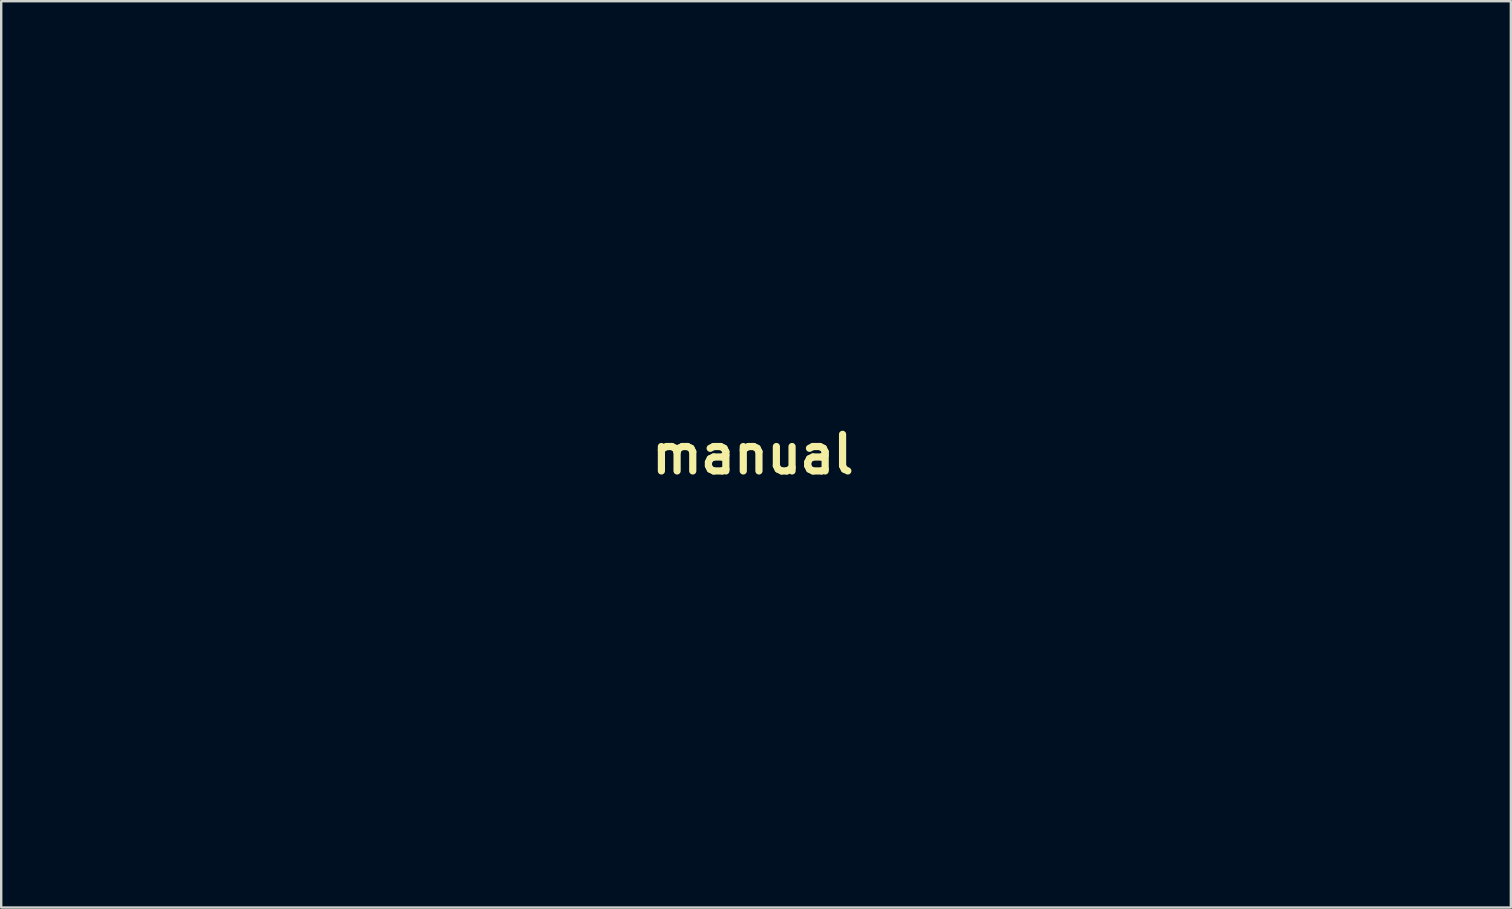
<source format=kicad_pcb>
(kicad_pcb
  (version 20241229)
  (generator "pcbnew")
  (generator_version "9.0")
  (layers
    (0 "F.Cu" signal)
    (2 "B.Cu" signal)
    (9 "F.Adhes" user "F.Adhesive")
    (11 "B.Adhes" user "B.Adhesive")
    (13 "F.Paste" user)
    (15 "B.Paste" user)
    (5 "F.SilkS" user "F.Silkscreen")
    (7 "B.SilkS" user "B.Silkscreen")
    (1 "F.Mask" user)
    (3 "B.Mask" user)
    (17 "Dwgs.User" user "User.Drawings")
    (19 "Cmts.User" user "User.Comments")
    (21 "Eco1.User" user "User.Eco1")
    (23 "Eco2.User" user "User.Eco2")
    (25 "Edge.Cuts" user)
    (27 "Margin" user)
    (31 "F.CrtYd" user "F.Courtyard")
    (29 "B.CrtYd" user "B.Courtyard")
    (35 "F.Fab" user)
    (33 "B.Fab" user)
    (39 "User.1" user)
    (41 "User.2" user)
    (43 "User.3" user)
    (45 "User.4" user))
  (footprint "manual"
    (layer "F.Cu")
    (at 28.315 15.88)
    (property "Reference" "manual" (at 0 0 0) (layer "F.SilkS") (effects (font (size 1.524 1.524) (thickness 0.3))))
    (attr through_hole)
    (fp_poly (pts (xy -26.988 13.626) (xy -27.12 13.758) (xy -27.252 13.626) (xy -27.12 13.494) (xy -26.988 13.626)) (stroke (width 0.01) (type solid)) (fill no) (layer "Eco2.User"))
    (fp_poly (pts (xy -25.135 -12.303) (xy -25.268 -12.171) (xy -25.4 -12.303) (xy -25.268 -12.435) (xy -25.135 -12.303)) (stroke (width 0.01) (type solid)) (fill no) (layer "Eco2.User"))
    (fp_poly (pts (xy -25.135 -2.514) (xy -25.268 -2.381) (xy -25.4 -2.514) (xy -25.268 -2.646) (xy -25.135 -2.514)) (stroke (width 0.01) (type solid)) (fill no) (layer "Eco2.User"))
    (fp_poly (pts (xy -25.135 0.661) (xy -25.268 0.794) (xy -25.4 0.661) (xy -25.268 0.529) (xy -25.135 0.661)) (stroke (width 0.01) (type solid)) (fill no) (layer "Eco2.User"))
    (fp_poly (pts (xy -25.135 3.836) (xy -25.268 3.969) (xy -25.4 3.836) (xy -25.268 3.704) (xy -25.135 3.836)) (stroke (width 0.01) (type solid)) (fill no) (layer "Eco2.User"))
    (fp_poly (pts (xy -24.871 -5.689) (xy -25.003 -5.556) (xy -25.135 -5.689) (xy -25.003 -5.821) (xy -24.871 -5.689)) (stroke (width 0.01) (type solid)) (fill no) (layer "Eco2.User"))
    (fp_poly (pts (xy -24.871 5.424) (xy -25.003 5.556) (xy -25.135 5.424) (xy -25.003 5.292) (xy -24.871 5.424)) (stroke (width 0.01) (type solid)) (fill no) (layer "Eco2.User"))
    (fp_poly (pts (xy -24.606 3.836) (xy -24.739 3.969) (xy -24.871 3.836) (xy -24.739 3.704) (xy -24.606 3.836)) (stroke (width 0.01) (type solid)) (fill no) (layer "Eco2.User"))
    (fp_poly (pts (xy -24.342 -2.514) (xy -24.474 -2.381) (xy -24.606 -2.514) (xy -24.474 -2.646) (xy -24.342 -2.514)) (stroke (width 0.01) (type solid)) (fill no) (layer "Eco2.User"))
    (fp_poly (pts (xy -24.342 0.661) (xy -24.474 0.794) (xy -24.606 0.661) (xy -24.474 0.529) (xy -24.342 0.661)) (stroke (width 0.01) (type solid)) (fill no) (layer "Eco2.User"))
    (fp_poly (pts (xy -24.342 5.424) (xy -24.474 5.556) (xy -24.606 5.424) (xy -24.474 5.292) (xy -24.342 5.424)) (stroke (width 0.01) (type solid)) (fill no) (layer "Eco2.User"))
    (fp_poly (pts (xy -23.812 5.424) (xy -23.945 5.556) (xy -24.077 5.424) (xy -23.945 5.292) (xy -23.812 5.424)) (stroke (width 0.01) (type solid)) (fill no) (layer "Eco2.User"))
    (fp_poly (pts (xy -23.548 -5.689) (xy -23.68 -5.556) (xy -23.812 -5.689) (xy -23.68 -5.821) (xy -23.548 -5.689)) (stroke (width 0.01) (type solid)) (fill no) (layer "Eco2.User"))
    (fp_poly (pts (xy -23.548 -2.514) (xy -23.68 -2.381) (xy -23.812 -2.514) (xy -23.68 -2.646) (xy -23.548 -2.514)) (stroke (width 0.01) (type solid)) (fill no) (layer "Eco2.User"))
    (fp_poly (pts (xy -23.548 0.661) (xy -23.68 0.794) (xy -23.812 0.661) (xy -23.68 0.529) (xy -23.548 0.661)) (stroke (width 0.01) (type solid)) (fill no) (layer "Eco2.User"))
    (fp_poly (pts (xy -23.283 -12.303) (xy -23.416 -12.171) (xy -23.548 -12.303) (xy -23.416 -12.435) (xy -23.283 -12.303)) (stroke (width 0.01) (type solid)) (fill no) (layer "Eco2.User"))
    (fp_poly (pts (xy -22.754 -2.514) (xy -22.886 -2.381) (xy -23.019 -2.514) (xy -22.886 -2.646) (xy -22.754 -2.514)) (stroke (width 0.01) (type solid)) (fill no) (layer "Eco2.User"))
    (fp_poly (pts (xy -22.754 0.661) (xy -22.886 0.794) (xy -23.019 0.661) (xy -22.886 0.529) (xy -22.754 0.661)) (stroke (width 0.01) (type solid)) (fill no) (layer "Eco2.User"))
    (fp_poly (pts (xy -22.754 3.836) (xy -22.886 3.969) (xy -23.019 3.836) (xy -22.886 3.704) (xy -22.754 3.836)) (stroke (width 0.01) (type solid)) (fill no) (layer "Eco2.User"))
    (fp_poly (pts (xy -22.225 -12.303) (xy -22.357 -12.171) (xy -22.49 -12.303) (xy -22.357 -12.435) (xy -22.225 -12.303)) (stroke (width 0.01) (type solid)) (fill no) (layer "Eco2.User"))
    (fp_poly (pts (xy -22.225 -5.689) (xy -22.357 -5.556) (xy -22.49 -5.689) (xy -22.357 -5.821) (xy -22.225 -5.689)) (stroke (width 0.01) (type solid)) (fill no) (layer "Eco2.User"))
    (fp_poly (pts (xy -21.96 3.836) (xy -22.093 3.969) (xy -22.225 3.836) (xy -22.093 3.704) (xy -21.96 3.836)) (stroke (width 0.01) (type solid)) (fill no) (layer "Eco2.User"))
    (fp_poly (pts (xy -21.96 5.424) (xy -22.093 5.556) (xy -22.225 5.424) (xy -22.093 5.292) (xy -21.96 5.424)) (stroke (width 0.01) (type solid)) (fill no) (layer "Eco2.User"))
    (fp_poly (pts (xy -20.902 -2.514) (xy -21.034 -2.381) (xy -21.167 -2.514) (xy -21.034 -2.646) (xy -20.902 -2.514)) (stroke (width 0.01) (type solid)) (fill no) (layer "Eco2.User"))
    (fp_poly (pts (xy -20.902 0.661) (xy -21.034 0.794) (xy -21.167 0.661) (xy -21.034 0.529) (xy -20.902 0.661)) (stroke (width 0.01) (type solid)) (fill no) (layer "Eco2.User"))
    (fp_poly (pts (xy -20.902 3.836) (xy -21.034 3.969) (xy -21.167 3.836) (xy -21.034 3.704) (xy -20.902 3.836)) (stroke (width 0.01) (type solid)) (fill no) (layer "Eco2.User"))
    (fp_poly (pts (xy -20.637 2.249) (xy -20.77 2.381) (xy -20.902 2.249) (xy -20.77 2.117) (xy -20.637 2.249)) (stroke (width 0.01) (type solid)) (fill no) (layer "Eco2.User"))
    (fp_poly (pts (xy -20.373 -12.303) (xy -20.505 -12.171) (xy -20.637 -12.303) (xy -20.505 -12.435) (xy -20.373 -12.303)) (stroke (width 0.01) (type solid)) (fill no) (layer "Eco2.User"))
    (fp_poly (pts (xy -20.108 2.249) (xy -20.241 2.381) (xy -20.373 2.249) (xy -20.241 2.117) (xy -20.108 2.249)) (stroke (width 0.01) (type solid)) (fill no) (layer "Eco2.User"))
    (fp_poly (pts (xy -20.108 3.836) (xy -20.241 3.969) (xy -20.373 3.836) (xy -20.241 3.704) (xy -20.108 3.836)) (stroke (width 0.01) (type solid)) (fill no) (layer "Eco2.User"))
    (fp_poly (pts (xy -20.108 5.424) (xy -20.241 5.556) (xy -20.373 5.424) (xy -20.241 5.292) (xy -20.108 5.424)) (stroke (width 0.01) (type solid)) (fill no) (layer "Eco2.User"))
    (fp_poly (pts (xy -19.844 -2.514) (xy -19.976 -2.381) (xy -20.108 -2.514) (xy -19.976 -2.646) (xy -19.844 -2.514)) (stroke (width 0.01) (type solid)) (fill no) (layer "Eco2.User"))
    (fp_poly (pts (xy -19.844 0.661) (xy -19.976 0.794) (xy -20.108 0.661) (xy -19.976 0.529) (xy -19.844 0.661)) (stroke (width 0.01) (type solid)) (fill no) (layer "Eco2.User"))
    (fp_poly (pts (xy -19.579 2.249) (xy -19.711 2.381) (xy -19.844 2.249) (xy -19.711 2.117) (xy -19.579 2.249)) (stroke (width 0.01) (type solid)) (fill no) (layer "Eco2.User"))
    (fp_poly (pts (xy -19.315 -12.303) (xy -19.447 -12.171) (xy -19.579 -12.303) (xy -19.447 -12.435) (xy -19.315 -12.303)) (stroke (width 0.01) (type solid)) (fill no) (layer "Eco2.User"))
    (fp_poly (pts (xy -18.785 5.424) (xy -18.918 5.556) (xy -19.05 5.424) (xy -18.918 5.292) (xy -18.785 5.424)) (stroke (width 0.01) (type solid)) (fill no) (layer "Eco2.User"))
    (fp_poly (pts (xy -18.521 3.836) (xy -18.653 3.969) (xy -18.785 3.836) (xy -18.653 3.704) (xy -18.521 3.836)) (stroke (width 0.01) (type solid)) (fill no) (layer "Eco2.User"))
    (fp_poly (pts (xy -18.521 8.599) (xy -18.653 8.731) (xy -18.785 8.599) (xy -18.653 8.467) (xy -18.521 8.599)) (stroke (width 0.01) (type solid)) (fill no) (layer "Eco2.User"))
    (fp_poly (pts (xy -18.256 5.424) (xy -18.389 5.556) (xy -18.521 5.424) (xy -18.389 5.292) (xy -18.256 5.424)) (stroke (width 0.01) (type solid)) (fill no) (layer "Eco2.User"))
    (fp_poly (pts (xy -16.669 -15.743) (xy -16.801 -15.61) (xy -16.933 -15.743) (xy -16.801 -15.875) (xy -16.669 -15.743)) (stroke (width 0.01) (type solid)) (fill no) (layer "Eco2.User"))
    (fp_poly (pts (xy -16.669 -2.514) (xy -16.801 -2.381) (xy -16.933 -2.514) (xy -16.801 -2.646) (xy -16.669 -2.514)) (stroke (width 0.01) (type solid)) (fill no) (layer "Eco2.User"))
    (fp_poly (pts (xy -16.669 0.661) (xy -16.801 0.794) (xy -16.933 0.661) (xy -16.801 0.529) (xy -16.669 0.661)) (stroke (width 0.01) (type solid)) (fill no) (layer "Eco2.User"))
    (fp_poly (pts (xy -15.875 13.361) (xy -16.007 13.494) (xy -16.14 13.361) (xy -16.007 13.229) (xy -15.875 13.361)) (stroke (width 0.01) (type solid)) (fill no) (layer "Eco2.User"))
    (fp_poly (pts (xy -15.61 3.836) (xy -15.743 3.969) (xy -15.875 3.836) (xy -15.743 3.704) (xy -15.61 3.836)) (stroke (width 0.01) (type solid)) (fill no) (layer "Eco2.User"))
    (fp_poly (pts (xy -15.081 -12.303) (xy -15.214 -12.171) (xy -15.346 -12.303) (xy -15.214 -12.435) (xy -15.081 -12.303)) (stroke (width 0.01) (type solid)) (fill no) (layer "Eco2.User"))
    (fp_poly (pts (xy -15.081 3.836) (xy -15.214 3.969) (xy -15.346 3.836) (xy -15.214 3.704) (xy -15.081 3.836)) (stroke (width 0.01) (type solid)) (fill no) (layer "Eco2.User"))
    (fp_poly (pts (xy -15.081 5.424) (xy -15.214 5.556) (xy -15.346 5.424) (xy -15.214 5.292) (xy -15.081 5.424)) (stroke (width 0.01) (type solid)) (fill no) (layer "Eco2.User"))
    (fp_poly (pts (xy -14.817 -5.689) (xy -14.949 -5.556) (xy -15.081 -5.689) (xy -14.949 -5.821) (xy -14.817 -5.689)) (stroke (width 0.01) (type solid)) (fill no) (layer "Eco2.User"))
    (fp_poly (pts (xy -14.552 -12.303) (xy -14.684 -12.171) (xy -14.817 -12.303) (xy -14.684 -12.435) (xy -14.552 -12.303)) (stroke (width 0.01) (type solid)) (fill no) (layer "Eco2.User"))
    (fp_poly (pts (xy -14.287 -5.689) (xy -14.42 -5.556) (xy -14.552 -5.689) (xy -14.42 -5.821) (xy -14.287 -5.689)) (stroke (width 0.01) (type solid)) (fill no) (layer "Eco2.User"))
    (fp_poly (pts (xy -14.287 -2.778) (xy -14.42 -2.646) (xy -14.552 -2.778) (xy -14.42 -2.91) (xy -14.287 -2.778)) (stroke (width 0.01) (type solid)) (fill no) (layer "Eco2.User"))
    (fp_poly (pts (xy -14.287 0.397) (xy -14.42 0.529) (xy -14.552 0.397) (xy -14.42 0.265) (xy -14.287 0.397)) (stroke (width 0.01) (type solid)) (fill no) (layer "Eco2.User"))
    (fp_poly (pts (xy -14.287 2.249) (xy -14.42 2.381) (xy -14.552 2.249) (xy -14.42 2.117) (xy -14.287 2.249)) (stroke (width 0.01) (type solid)) (fill no) (layer "Eco2.User"))
    (fp_poly (pts (xy -14.287 5.424) (xy -14.42 5.556) (xy -14.552 5.424) (xy -14.42 5.292) (xy -14.287 5.424)) (stroke (width 0.01) (type solid)) (fill no) (layer "Eco2.User"))
    (fp_poly (pts (xy -13.758 5.424) (xy -13.891 5.556) (xy -14.023 5.424) (xy -13.891 5.292) (xy -13.758 5.424)) (stroke (width 0.01) (type solid)) (fill no) (layer "Eco2.User"))
    (fp_poly (pts (xy -13.494 -12.303) (xy -13.626 -12.171) (xy -13.758 -12.303) (xy -13.626 -12.435) (xy -13.494 -12.303)) (stroke (width 0.01) (type solid)) (fill no) (layer "Eco2.User"))
    (fp_poly (pts (xy -12.435 -15.743) (xy -12.568 -15.61) (xy -12.7 -15.743) (xy -12.568 -15.875) (xy -12.435 -15.743)) (stroke (width 0.01) (type solid)) (fill no) (layer "Eco2.User"))
    (fp_poly (pts (xy -12.435 -12.303) (xy -12.568 -12.171) (xy -12.7 -12.303) (xy -12.568 -12.435) (xy -12.435 -12.303)) (stroke (width 0.01) (type solid)) (fill no) (layer "Eco2.User"))
    (fp_poly (pts (xy -12.435 5.424) (xy -12.568 5.556) (xy -12.7 5.424) (xy -12.568 5.292) (xy -12.435 5.424)) (stroke (width 0.01) (type solid)) (fill no) (layer "Eco2.User"))
    (fp_poly (pts (xy -12.435 13.361) (xy -12.568 13.494) (xy -12.7 13.361) (xy -12.568 13.229) (xy -12.435 13.361)) (stroke (width 0.01) (type solid)) (fill no) (layer "Eco2.User"))
    (fp_poly (pts (xy -12.171 -2.514) (xy -12.303 -2.381) (xy -12.435 -2.514) (xy -12.303 -2.646) (xy -12.171 -2.514)) (stroke (width 0.01) (type solid)) (fill no) (layer "Eco2.User"))
    (fp_poly (pts (xy -11.642 -5.689) (xy -11.774 -5.556) (xy -11.906 -5.689) (xy -11.774 -5.821) (xy -11.642 -5.689)) (stroke (width 0.01) (type solid)) (fill no) (layer "Eco2.User"))
    (fp_poly (pts (xy -11.642 2.249) (xy -11.774 2.381) (xy -11.906 2.249) (xy -11.774 2.117) (xy -11.642 2.249)) (stroke (width 0.01) (type solid)) (fill no) (layer "Eco2.User"))
    (fp_poly (pts (xy -11.642 3.836) (xy -11.774 3.969) (xy -11.906 3.836) (xy -11.774 3.704) (xy -11.642 3.836)) (stroke (width 0.01) (type solid)) (fill no) (layer "Eco2.User"))
    (fp_poly (pts (xy -11.642 5.424) (xy -11.774 5.556) (xy -11.906 5.424) (xy -11.774 5.292) (xy -11.642 5.424)) (stroke (width 0.01) (type solid)) (fill no) (layer "Eco2.User"))
    (fp_poly (pts (xy -11.377 15.214) (xy -11.509 15.346) (xy -11.642 15.214) (xy -11.509 15.081) (xy -11.377 15.214)) (stroke (width 0.01) (type solid)) (fill no) (layer "Eco2.User"))
    (fp_poly (pts (xy -10.848 -12.303) (xy -10.98 -12.171) (xy -11.113 -12.303) (xy -10.98 -12.435) (xy -10.848 -12.303)) (stroke (width 0.01) (type solid)) (fill no) (layer "Eco2.User"))
    (fp_poly (pts (xy -10.848 -5.689) (xy -10.98 -5.556) (xy -11.113 -5.689) (xy -10.98 -5.821) (xy -10.848 -5.689)) (stroke (width 0.01) (type solid)) (fill no) (layer "Eco2.User"))
    (fp_poly (pts (xy -10.848 0.661) (xy -10.98 0.794) (xy -11.113 0.661) (xy -10.98 0.529) (xy -10.848 0.661)) (stroke (width 0.01) (type solid)) (fill no) (layer "Eco2.User"))
    (fp_poly (pts (xy -10.848 15.214) (xy -10.98 15.346) (xy -11.113 15.214) (xy -10.98 15.081) (xy -10.848 15.214)) (stroke (width 0.01) (type solid)) (fill no) (layer "Eco2.User"))
    (fp_poly (pts (xy -10.054 0.661) (xy -10.186 0.794) (xy -10.319 0.661) (xy -10.186 0.529) (xy -10.054 0.661)) (stroke (width 0.01) (type solid)) (fill no) (layer "Eco2.User"))
    (fp_poly (pts (xy -10.054 2.249) (xy -10.186 2.381) (xy -10.319 2.249) (xy -10.186 2.117) (xy -10.054 2.249)) (stroke (width 0.01) (type solid)) (fill no) (layer "Eco2.User"))
    (fp_poly (pts (xy -10.054 3.836) (xy -10.186 3.969) (xy -10.319 3.836) (xy -10.186 3.704) (xy -10.054 3.836)) (stroke (width 0.01) (type solid)) (fill no) (layer "Eco2.User"))
    (fp_poly (pts (xy -10.054 8.599) (xy -10.186 8.731) (xy -10.319 8.599) (xy -10.186 8.467) (xy -10.054 8.599)) (stroke (width 0.01) (type solid)) (fill no) (layer "Eco2.User"))
    (fp_poly (pts (xy -9.79 13.626) (xy -9.922 13.758) (xy -10.054 13.626) (xy -9.922 13.494) (xy -9.79 13.626)) (stroke (width 0.01) (type solid)) (fill no) (layer "Eco2.User"))
    (fp_poly (pts (xy -9.525 -9.128) (xy -9.657 -8.996) (xy -9.79 -9.128) (xy -9.657 -9.26) (xy -9.525 -9.128)) (stroke (width 0.01) (type solid)) (fill no) (layer "Eco2.User"))
    (fp_poly (pts (xy -9.525 -7.276) (xy -9.657 -7.144) (xy -9.79 -7.276) (xy -9.657 -7.408) (xy -9.525 -7.276)) (stroke (width 0.01) (type solid)) (fill no) (layer "Eco2.User"))
    (fp_poly (pts (xy -9.525 0.661) (xy -9.657 0.794) (xy -9.79 0.661) (xy -9.657 0.529) (xy -9.525 0.661)) (stroke (width 0.01) (type solid)) (fill no) (layer "Eco2.User"))
    (fp_poly (pts (xy -9.26 -12.303) (xy -9.393 -12.171) (xy -9.525 -12.303) (xy -9.393 -12.435) (xy -9.26 -12.303)) (stroke (width 0.01) (type solid)) (fill no) (layer "Eco2.User"))
    (fp_poly (pts (xy -9.26 -5.689) (xy -9.393 -5.556) (xy -9.525 -5.689) (xy -9.393 -5.821) (xy -9.26 -5.689)) (stroke (width 0.01) (type solid)) (fill no) (layer "Eco2.User"))
    (fp_poly (pts (xy -9.26 -2.514) (xy -9.393 -2.381) (xy -9.525 -2.514) (xy -9.393 -2.646) (xy -9.26 -2.514)) (stroke (width 0.01) (type solid)) (fill no) (layer "Eco2.User"))
    (fp_poly (pts (xy -9.26 13.361) (xy -9.393 13.494) (xy -9.525 13.361) (xy -9.393 13.229) (xy -9.26 13.361)) (stroke (width 0.01) (type solid)) (fill no) (layer "Eco2.User"))
    (fp_poly (pts (xy -8.202 -12.303) (xy -8.334 -12.171) (xy -8.467 -12.303) (xy -8.334 -12.435) (xy -8.202 -12.303)) (stroke (width 0.01) (type solid)) (fill no) (layer "Eco2.User"))
    (fp_poly (pts (xy -8.202 -2.514) (xy -8.334 -2.381) (xy -8.467 -2.514) (xy -8.334 -2.646) (xy -8.202 -2.514)) (stroke (width 0.01) (type solid)) (fill no) (layer "Eco2.User"))
    (fp_poly (pts (xy -8.202 0.661) (xy -8.334 0.794) (xy -8.467 0.661) (xy -8.334 0.529) (xy -8.202 0.661)) (stroke (width 0.01) (type solid)) (fill no) (layer "Eco2.User"))
    (fp_poly (pts (xy -7.938 3.836) (xy -8.07 3.969) (xy -8.202 3.836) (xy -8.07 3.704) (xy -7.938 3.836)) (stroke (width 0.01) (type solid)) (fill no) (layer "Eco2.User"))
    (fp_poly (pts (xy -7.673 -5.689) (xy -7.805 -5.556) (xy -7.938 -5.689) (xy -7.805 -5.821) (xy -7.673 -5.689)) (stroke (width 0.01) (type solid)) (fill no) (layer "Eco2.User"))
    (fp_poly (pts (xy -7.408 -12.303) (xy -7.541 -12.171) (xy -7.673 -12.303) (xy -7.541 -12.435) (xy -7.408 -12.303)) (stroke (width 0.01) (type solid)) (fill no) (layer "Eco2.User"))
    (fp_poly (pts (xy -6.615 -2.778) (xy -6.747 -2.646) (xy -6.879 -2.778) (xy -6.747 -2.91) (xy -6.615 -2.778)) (stroke (width 0.01) (type solid)) (fill no) (layer "Eco2.User"))
    (fp_poly (pts (xy -6.615 8.599) (xy -6.747 8.731) (xy -6.879 8.599) (xy -6.747 8.467) (xy -6.615 8.599)) (stroke (width 0.01) (type solid)) (fill no) (layer "Eco2.User"))
    (fp_poly (pts (xy -5.821 -12.303) (xy -5.953 -12.171) (xy -6.085 -12.303) (xy -5.953 -12.435) (xy -5.821 -12.303)) (stroke (width 0.01) (type solid)) (fill no) (layer "Eco2.User"))
    (fp_poly (pts (xy -5.821 -5.689) (xy -5.953 -5.556) (xy -6.085 -5.689) (xy -5.953 -5.821) (xy -5.821 -5.689)) (stroke (width 0.01) (type solid)) (fill no) (layer "Eco2.User"))
    (fp_poly (pts (xy -5.821 3.836) (xy -5.953 3.969) (xy -6.085 3.836) (xy -5.953 3.704) (xy -5.821 3.836)) (stroke (width 0.01) (type solid)) (fill no) (layer "Eco2.User"))
    (fp_poly (pts (xy -5.292 -5.689) (xy -5.424 -5.556) (xy -5.556 -5.689) (xy -5.424 -5.821) (xy -5.292 -5.689)) (stroke (width 0.01) (type solid)) (fill no) (layer "Eco2.User"))
    (fp_poly (pts (xy -5.292 -2.514) (xy -5.424 -2.381) (xy -5.556 -2.514) (xy -5.424 -2.646) (xy -5.292 -2.514)) (stroke (width 0.01) (type solid)) (fill no) (layer "Eco2.User"))
    (fp_poly (pts (xy -5.027 0.661) (xy -5.159 0.794) (xy -5.292 0.661) (xy -5.159 0.529) (xy -5.027 0.661)) (stroke (width 0.01) (type solid)) (fill no) (layer "Eco2.User"))
    (fp_poly (pts (xy -5.027 3.836) (xy -5.159 3.969) (xy -5.292 3.836) (xy -5.159 3.704) (xy -5.027 3.836)) (stroke (width 0.01) (type solid)) (fill no) (layer "Eco2.User"))
    (fp_poly (pts (xy -5.027 8.599) (xy -5.159 8.731) (xy -5.292 8.599) (xy -5.159 8.467) (xy -5.027 8.599)) (stroke (width 0.01) (type solid)) (fill no) (layer "Eco2.User"))
    (fp_poly (pts (xy -5.027 11.774) (xy -5.159 11.906) (xy -5.292 11.774) (xy -5.159 11.642) (xy -5.027 11.774)) (stroke (width 0.01) (type solid)) (fill no) (layer "Eco2.User"))
    (fp_poly (pts (xy -3.969 -2.778) (xy -4.101 -2.646) (xy -4.233 -2.778) (xy -4.101 -2.91) (xy -3.969 -2.778)) (stroke (width 0.01) (type solid)) (fill no) (layer "Eco2.User"))
    (fp_poly (pts (xy -3.969 0.661) (xy -4.101 0.794) (xy -4.233 0.661) (xy -4.101 0.529) (xy -3.969 0.661)) (stroke (width 0.01) (type solid)) (fill no) (layer "Eco2.User"))
    (fp_poly (pts (xy -3.969 5.424) (xy -4.101 5.556) (xy -4.233 5.424) (xy -4.101 5.292) (xy -3.969 5.424)) (stroke (width 0.01) (type solid)) (fill no) (layer "Eco2.User"))
    (fp_poly (pts (xy -3.969 15.214) (xy -4.101 15.346) (xy -4.233 15.214) (xy -4.101 15.081) (xy -3.969 15.214)) (stroke (width 0.01) (type solid)) (fill no) (layer "Eco2.User"))
    (fp_poly (pts (xy -3.44 5.424) (xy -3.572 5.556) (xy -3.704 5.424) (xy -3.572 5.292) (xy -3.44 5.424)) (stroke (width 0.01) (type solid)) (fill no) (layer "Eco2.User"))
    (fp_poly (pts (xy -3.44 12.039) (xy -3.572 12.171) (xy -3.704 12.039) (xy -3.572 11.906) (xy -3.44 12.039)) (stroke (width 0.01) (type solid)) (fill no) (layer "Eco2.User"))
    (fp_poly (pts (xy -3.175 -12.303) (xy -3.307 -12.171) (xy -3.44 -12.303) (xy -3.307 -12.435) (xy -3.175 -12.303)) (stroke (width 0.01) (type solid)) (fill no) (layer "Eco2.User"))
    (fp_poly (pts (xy -3.175 0.661) (xy -3.307 0.794) (xy -3.44 0.661) (xy -3.307 0.529) (xy -3.175 0.661)) (stroke (width 0.01) (type solid)) (fill no) (layer "Eco2.User"))
    (fp_poly (pts (xy -2.91 -5.689) (xy -3.043 -5.556) (xy -3.175 -5.689) (xy -3.043 -5.821) (xy -2.91 -5.689)) (stroke (width 0.01) (type solid)) (fill no) (layer "Eco2.User"))
    (fp_poly (pts (xy -2.91 5.424) (xy -3.043 5.556) (xy -3.175 5.424) (xy -3.043 5.292) (xy -2.91 5.424)) (stroke (width 0.01) (type solid)) (fill no) (layer "Eco2.User"))
    (fp_poly (pts (xy -2.91 12.039) (xy -3.043 12.171) (xy -3.175 12.039) (xy -3.043 11.906) (xy -2.91 12.039)) (stroke (width 0.01) (type solid)) (fill no) (layer "Eco2.User"))
    (fp_poly (pts (xy -2.381 -12.303) (xy -2.514 -12.171) (xy -2.646 -12.303) (xy -2.514 -12.435) (xy -2.381 -12.303)) (stroke (width 0.01) (type solid)) (fill no) (layer "Eco2.User"))
    (fp_poly (pts (xy -2.381 -5.689) (xy -2.514 -5.556) (xy -2.646 -5.689) (xy -2.514 -5.821) (xy -2.381 -5.689)) (stroke (width 0.01) (type solid)) (fill no) (layer "Eco2.User"))
    (fp_poly (pts (xy -2.381 5.424) (xy -2.514 5.556) (xy -2.646 5.424) (xy -2.514 5.292) (xy -2.381 5.424)) (stroke (width 0.01) (type solid)) (fill no) (layer "Eco2.User"))
    (fp_poly (pts (xy -2.381 14.949) (xy -2.514 15.081) (xy -2.646 14.949) (xy -2.514 14.817) (xy -2.381 14.949)) (stroke (width 0.01) (type solid)) (fill no) (layer "Eco2.User"))
    (fp_poly (pts (xy -1.852 -12.303) (xy -1.984 -12.171) (xy -2.117 -12.303) (xy -1.984 -12.435) (xy -1.852 -12.303)) (stroke (width 0.01) (type solid)) (fill no) (layer "Eco2.User"))
    (fp_poly (pts (xy -1.852 -2.514) (xy -1.984 -2.381) (xy -2.117 -2.514) (xy -1.984 -2.646) (xy -1.852 -2.514)) (stroke (width 0.01) (type solid)) (fill no) (layer "Eco2.User"))
    (fp_poly (pts (xy -1.852 0.661) (xy -1.984 0.794) (xy -2.117 0.661) (xy -1.984 0.529) (xy -1.852 0.661)) (stroke (width 0.01) (type solid)) (fill no) (layer "Eco2.User"))
    (fp_poly (pts (xy -1.852 14.949) (xy -1.984 15.081) (xy -2.117 14.949) (xy -1.984 14.817) (xy -1.852 14.949)) (stroke (width 0.01) (type solid)) (fill no) (layer "Eco2.User"))
    (fp_poly (pts (xy -1.587 5.424) (xy -1.72 5.556) (xy -1.852 5.424) (xy -1.72 5.292) (xy -1.587 5.424)) (stroke (width 0.01) (type solid)) (fill no) (layer "Eco2.User"))
    (fp_poly (pts (xy -1.323 -12.303) (xy -1.455 -12.171) (xy -1.587 -12.303) (xy -1.455 -12.435) (xy -1.323 -12.303)) (stroke (width 0.01) (type solid)) (fill no) (layer "Eco2.User"))
    (fp_poly (pts (xy -0.794 -9.128) (xy -0.926 -8.996) (xy -1.058 -9.128) (xy -0.926 -9.26) (xy -0.794 -9.128)) (stroke (width 0.01) (type solid)) (fill no) (layer "Eco2.User"))
    (fp_poly (pts (xy -0.794 -7.276) (xy -0.926 -7.144) (xy -1.058 -7.276) (xy -0.926 -7.408) (xy -0.794 -7.276)) (stroke (width 0.01) (type solid)) (fill no) (layer "Eco2.User"))
    (fp_poly (pts (xy -0.794 -2.514) (xy -0.926 -2.381) (xy -1.058 -2.514) (xy -0.926 -2.646) (xy -0.794 -2.514)) (stroke (width 0.01) (type solid)) (fill no) (layer "Eco2.User"))
    (fp_poly (pts (xy -0.794 5.424) (xy -0.926 5.556) (xy -1.058 5.424) (xy -0.926 5.292) (xy -0.794 5.424)) (stroke (width 0.01) (type solid)) (fill no) (layer "Eco2.User"))
    (fp_poly (pts (xy 0.265 -5.689) (xy 0.132 -5.556) (xy 0 -5.689) (xy 0.132 -5.821) (xy 0.265 -5.689)) (stroke (width 0.01) (type solid)) (fill no) (layer "Eco2.User"))
    (fp_poly (pts (xy 0.265 -2.514) (xy 0.132 -2.381) (xy 0 -2.514) (xy 0.132 -2.646) (xy 0.265 -2.514)) (stroke (width 0.01) (type solid)) (fill no) (layer "Eco2.User"))
    (fp_poly (pts (xy 0.265 0.661) (xy 0.132 0.794) (xy 0 0.661) (xy 0.132 0.529) (xy 0.265 0.661)) (stroke (width 0.01) (type solid)) (fill no) (layer "Eco2.User"))
    (fp_poly (pts (xy 0.265 3.836) (xy 0.132 3.969) (xy 0 3.836) (xy 0.132 3.704) (xy 0.265 3.836)) (stroke (width 0.01) (type solid)) (fill no) (layer "Eco2.User"))
    (fp_poly (pts (xy 0.265 5.424) (xy 0.132 5.556) (xy 0 5.424) (xy 0.132 5.292) (xy 0.265 5.424)) (stroke (width 0.01) (type solid)) (fill no) (layer "Eco2.User"))
    (fp_poly (pts (xy 0.794 0.926) (xy 0.661 1.058) (xy 0.529 0.926) (xy 0.661 0.794) (xy 0.794 0.926)) (stroke (width 0.01) (type solid)) (fill no) (layer "Eco2.User"))
    (fp_poly (pts (xy 1.058 -9.128) (xy 0.926 -8.996) (xy 0.794 -9.128) (xy 0.926 -9.26) (xy 1.058 -9.128)) (stroke (width 0.01) (type solid)) (fill no) (layer "Eco2.User"))
    (fp_poly (pts (xy 1.058 -7.276) (xy 0.926 -7.144) (xy 0.794 -7.276) (xy 0.926 -7.408) (xy 1.058 -7.276)) (stroke (width 0.01) (type solid)) (fill no) (layer "Eco2.User"))
    (fp_poly (pts (xy 1.058 3.836) (xy 0.926 3.969) (xy 0.794 3.836) (xy 0.926 3.704) (xy 1.058 3.836)) (stroke (width 0.01) (type solid)) (fill no) (layer "Eco2.User"))
    (fp_poly (pts (xy 1.587 -8.864) (xy 1.455 -8.731) (xy 1.323 -8.864) (xy 1.455 -8.996) (xy 1.587 -8.864)) (stroke (width 0.01) (type solid)) (fill no) (layer "Eco2.User"))
    (fp_poly (pts (xy 1.587 -7.011) (xy 1.455 -6.879) (xy 1.323 -7.011) (xy 1.455 -7.144) (xy 1.587 -7.011)) (stroke (width 0.01) (type solid)) (fill no) (layer "Eco2.User"))
    (fp_poly (pts (xy 1.587 -5.689) (xy 1.455 -5.556) (xy 1.323 -5.689) (xy 1.455 -5.821) (xy 1.587 -5.689)) (stroke (width 0.01) (type solid)) (fill no) (layer "Eco2.User"))
    (fp_poly (pts (xy 1.852 2.249) (xy 1.72 2.381) (xy 1.587 2.249) (xy 1.72 2.117) (xy 1.852 2.249)) (stroke (width 0.01) (type solid)) (fill no) (layer "Eco2.User"))
    (fp_poly (pts (xy 2.117 -5.689) (xy 1.984 -5.556) (xy 1.852 -5.689) (xy 1.984 -5.821) (xy 2.117 -5.689)) (stroke (width 0.01) (type solid)) (fill no) (layer "Eco2.User"))
    (fp_poly (pts (xy 2.117 0.661) (xy 1.984 0.794) (xy 1.852 0.661) (xy 1.984 0.529) (xy 2.117 0.661)) (stroke (width 0.01) (type solid)) (fill no) (layer "Eco2.User"))
    (fp_poly (pts (xy 2.646 -5.689) (xy 2.514 -5.556) (xy 2.381 -5.689) (xy 2.514 -5.821) (xy 2.646 -5.689)) (stroke (width 0.01) (type solid)) (fill no) (layer "Eco2.User"))
    (fp_poly (pts (xy 2.646 3.836) (xy 2.514 3.969) (xy 2.381 3.836) (xy 2.514 3.704) (xy 2.646 3.836)) (stroke (width 0.01) (type solid)) (fill no) (layer "Eco2.User"))
    (fp_poly (pts (xy 2.646 5.424) (xy 2.514 5.556) (xy 2.381 5.424) (xy 2.514 5.292) (xy 2.646 5.424)) (stroke (width 0.01) (type solid)) (fill no) (layer "Eco2.User"))
    (fp_poly (pts (xy 2.646 11.774) (xy 2.514 11.906) (xy 2.381 11.774) (xy 2.514 11.642) (xy 2.646 11.774)) (stroke (width 0.01) (type solid)) (fill no) (layer "Eco2.User"))
    (fp_poly (pts (xy 2.91 -9.128) (xy 2.778 -8.996) (xy 2.646 -9.128) (xy 2.778 -9.26) (xy 2.91 -9.128)) (stroke (width 0.01) (type solid)) (fill no) (layer "Eco2.User"))
    (fp_poly (pts (xy 2.91 -7.276) (xy 2.778 -7.144) (xy 2.646 -7.276) (xy 2.778 -7.408) (xy 2.91 -7.276)) (stroke (width 0.01) (type solid)) (fill no) (layer "Eco2.User"))
    (fp_poly (pts (xy 3.44 -12.303) (xy 3.307 -12.171) (xy 3.175 -12.303) (xy 3.307 -12.435) (xy 3.44 -12.303)) (stroke (width 0.01) (type solid)) (fill no) (layer "Eco2.User"))
    (fp_poly (pts (xy 4.498 2.249) (xy 4.366 2.381) (xy 4.233 2.249) (xy 4.366 2.117) (xy 4.498 2.249)) (stroke (width 0.01) (type solid)) (fill no) (layer "Eco2.User"))
    (fp_poly (pts (xy 4.763 -2.514) (xy 4.63 -2.381) (xy 4.498 -2.514) (xy 4.63 -2.646) (xy 4.763 -2.514)) (stroke (width 0.01) (type solid)) (fill no) (layer "Eco2.User"))
    (fp_poly (pts (xy 4.763 5.424) (xy 4.63 5.556) (xy 4.498 5.424) (xy 4.63 5.292) (xy 4.763 5.424)) (stroke (width 0.01) (type solid)) (fill no) (layer "Eco2.User"))
    (fp_poly (pts (xy 4.763 12.039) (xy 4.63 12.171) (xy 4.498 12.039) (xy 4.63 11.906) (xy 4.763 12.039)) (stroke (width 0.01) (type solid)) (fill no) (layer "Eco2.User"))
    (fp_poly (pts (xy 5.292 -12.303) (xy 5.159 -12.171) (xy 5.027 -12.303) (xy 5.159 -12.435) (xy 5.292 -12.303)) (stroke (width 0.01) (type solid)) (fill no) (layer "Eco2.User"))
    (fp_poly (pts (xy 5.292 -2.514) (xy 5.159 -2.381) (xy 5.027 -2.514) (xy 5.159 -2.646) (xy 5.292 -2.514)) (stroke (width 0.01) (type solid)) (fill no) (layer "Eco2.User"))
    (fp_poly (pts (xy 5.292 0.661) (xy 5.159 0.794) (xy 5.027 0.661) (xy 5.159 0.529) (xy 5.292 0.661)) (stroke (width 0.01) (type solid)) (fill no) (layer "Eco2.User"))
    (fp_poly (pts (xy 5.292 5.424) (xy 5.159 5.556) (xy 5.027 5.424) (xy 5.159 5.292) (xy 5.292 5.424)) (stroke (width 0.01) (type solid)) (fill no) (layer "Eco2.User"))
    (fp_poly (pts (xy 5.292 11.774) (xy 5.159 11.906) (xy 5.027 11.774) (xy 5.159 11.642) (xy 5.292 11.774)) (stroke (width 0.01) (type solid)) (fill no) (layer "Eco2.User"))
    (fp_poly (pts (xy 5.821 5.424) (xy 5.689 5.556) (xy 5.556 5.424) (xy 5.689 5.292) (xy 5.821 5.424)) (stroke (width 0.01) (type solid)) (fill no) (layer "Eco2.User"))
    (fp_poly (pts (xy 6.085 -5.689) (xy 5.953 -5.556) (xy 5.821 -5.689) (xy 5.953 -5.821) (xy 6.085 -5.689)) (stroke (width 0.01) (type solid)) (fill no) (layer "Eco2.User"))
    (fp_poly (pts (xy 6.085 0.661) (xy 5.953 0.794) (xy 5.821 0.661) (xy 5.953 0.529) (xy 6.085 0.661)) (stroke (width 0.01) (type solid)) (fill no) (layer "Eco2.User"))
    (fp_poly (pts (xy 6.35 3.836) (xy 6.218 3.969) (xy 6.085 3.836) (xy 6.218 3.704) (xy 6.35 3.836)) (stroke (width 0.01) (type solid)) (fill no) (layer "Eco2.User"))
    (fp_poly (pts (xy 6.615 0.661) (xy 6.482 0.794) (xy 6.35 0.661) (xy 6.482 0.529) (xy 6.615 0.661)) (stroke (width 0.01) (type solid)) (fill no) (layer "Eco2.User"))
    (fp_poly (pts (xy 6.879 3.836) (xy 6.747 3.969) (xy 6.615 3.836) (xy 6.747 3.704) (xy 6.879 3.836)) (stroke (width 0.01) (type solid)) (fill no) (layer "Eco2.User"))
    (fp_poly (pts (xy 6.879 5.424) (xy 6.747 5.556) (xy 6.615 5.424) (xy 6.747 5.292) (xy 6.879 5.424)) (stroke (width 0.01) (type solid)) (fill no) (layer "Eco2.User"))
    (fp_poly (pts (xy 7.144 0.661) (xy 7.011 0.794) (xy 6.879 0.661) (xy 7.011 0.529) (xy 7.144 0.661)) (stroke (width 0.01) (type solid)) (fill no) (layer "Eco2.User"))
    (fp_poly (pts (xy 8.731 -5.689) (xy 8.599 -5.556) (xy 8.467 -5.689) (xy 8.599 -5.821) (xy 8.731 -5.689)) (stroke (width 0.01) (type solid)) (fill no) (layer "Eco2.User"))
    (fp_poly (pts (xy 10.583 3.836) (xy 10.451 3.969) (xy 10.319 3.836) (xy 10.451 3.704) (xy 10.583 3.836)) (stroke (width 0.01) (type solid)) (fill no) (layer "Eco2.User"))
    (fp_poly (pts (xy 11.113 -5.689) (xy 10.98 -5.556) (xy 10.848 -5.689) (xy 10.98 -5.821) (xy 11.113 -5.689)) (stroke (width 0.01) (type solid)) (fill no) (layer "Eco2.User"))
    (fp_poly (pts (xy 11.906 -12.303) (xy 11.774 -12.171) (xy 11.642 -12.303) (xy 11.774 -12.435) (xy 11.906 -12.303)) (stroke (width 0.01) (type solid)) (fill no) (layer "Eco2.User"))
    (fp_poly (pts (xy 11.906 -2.514) (xy 11.774 -2.381) (xy 11.642 -2.514) (xy 11.774 -2.646) (xy 11.906 -2.514)) (stroke (width 0.01) (type solid)) (fill no) (layer "Eco2.User"))
    (fp_poly (pts (xy 12.7 -2.514) (xy 12.568 -2.381) (xy 12.435 -2.514) (xy 12.568 -2.646) (xy 12.7 -2.514)) (stroke (width 0.01) (type solid)) (fill no) (layer "Eco2.User"))
    (fp_poly (pts (xy 12.7 0.661) (xy 12.568 0.794) (xy 12.435 0.661) (xy 12.568 0.529) (xy 12.7 0.661)) (stroke (width 0.01) (type solid)) (fill no) (layer "Eco2.User"))
    (fp_poly (pts (xy 12.7 3.836) (xy 12.568 3.969) (xy 12.435 3.836) (xy 12.568 3.704) (xy 12.7 3.836)) (stroke (width 0.01) (type solid)) (fill no) (layer "Eco2.User"))
    (fp_poly (pts (xy 13.758 13.361) (xy 13.626 13.494) (xy 13.494 13.361) (xy 13.626 13.229) (xy 13.758 13.361)) (stroke (width 0.01) (type solid)) (fill no) (layer "Eco2.User"))
    (fp_poly (pts (xy 14.552 -12.303) (xy 14.42 -12.171) (xy 14.287 -12.303) (xy 14.42 -12.435) (xy 14.552 -12.303)) (stroke (width 0.01) (type solid)) (fill no) (layer "Eco2.User"))
    (fp_poly (pts (xy 14.552 3.836) (xy 14.42 3.969) (xy 14.287 3.836) (xy 14.42 3.704) (xy 14.552 3.836)) (stroke (width 0.01) (type solid)) (fill no) (layer "Eco2.User"))
    (fp_poly (pts (xy 15.081 3.836) (xy 14.949 3.969) (xy 14.817 3.836) (xy 14.949 3.704) (xy 15.081 3.836)) (stroke (width 0.01) (type solid)) (fill no) (layer "Eco2.User"))
    (fp_poly (pts (xy 16.14 3.836) (xy 16.007 3.969) (xy 15.875 3.836) (xy 16.007 3.704) (xy 16.14 3.836)) (stroke (width 0.01) (type solid)) (fill no) (layer "Eco2.User"))
    (fp_poly (pts (xy 16.933 -12.303) (xy 16.801 -12.171) (xy 16.669 -12.303) (xy 16.801 -12.435) (xy 16.933 -12.303)) (stroke (width 0.01) (type solid)) (fill no) (layer "Eco2.User"))
    (fp_poly (pts (xy 17.992 2.249) (xy 17.859 2.381) (xy 17.727 2.249) (xy 17.859 2.117) (xy 17.992 2.249)) (stroke (width 0.01) (type solid)) (fill no) (layer "Eco2.User"))
    (fp_poly (pts (xy 18.785 -12.303) (xy 18.653 -12.171) (xy 18.521 -12.303) (xy 18.653 -12.435) (xy 18.785 -12.303)) (stroke (width 0.01) (type solid)) (fill no) (layer "Eco2.User"))
    (fp_poly (pts (xy 18.785 -2.514) (xy 18.653 -2.381) (xy 18.521 -2.514) (xy 18.653 -2.646) (xy 18.785 -2.514)) (stroke (width 0.01) (type solid)) (fill no) (layer "Eco2.User"))
    (fp_poly (pts (xy 18.785 3.836) (xy 18.653 3.969) (xy 18.521 3.836) (xy 18.653 3.704) (xy 18.785 3.836)) (stroke (width 0.01) (type solid)) (fill no) (layer "Eco2.User"))
    (fp_poly (pts (xy 19.315 -12.039) (xy 19.182 -11.906) (xy 19.05 -12.039) (xy 19.182 -12.171) (xy 19.315 -12.039)) (stroke (width 0.01) (type solid)) (fill no) (layer "Eco2.User"))
    (fp_poly (pts (xy 19.579 -2.514) (xy 19.447 -2.381) (xy 19.315 -2.514) (xy 19.447 -2.646) (xy 19.579 -2.514)) (stroke (width 0.01) (type solid)) (fill no) (layer "Eco2.User"))
    (fp_poly (pts (xy 19.579 3.836) (xy 19.447 3.969) (xy 19.315 3.836) (xy 19.447 3.704) (xy 19.579 3.836)) (stroke (width 0.01) (type solid)) (fill no) (layer "Eco2.User"))
    (fp_poly (pts (xy 20.373 2.249) (xy 20.241 2.381) (xy 20.108 2.249) (xy 20.241 2.117) (xy 20.373 2.249)) (stroke (width 0.01) (type solid)) (fill no) (layer "Eco2.User"))
    (fp_poly (pts (xy 22.225 -12.303) (xy 22.093 -12.171) (xy 21.96 -12.303) (xy 22.093 -12.435) (xy 22.225 -12.303)) (stroke (width 0.01) (type solid)) (fill no) (layer "Eco2.User"))
    (fp_poly (pts (xy 22.225 -2.514) (xy 22.093 -2.381) (xy 21.96 -2.514) (xy 22.093 -2.646) (xy 22.225 -2.514)) (stroke (width 0.01) (type solid)) (fill no) (layer "Eco2.User"))
    (fp_poly (pts (xy 22.225 0.661) (xy 22.093 0.794) (xy 21.96 0.661) (xy 22.093 0.529) (xy 22.225 0.661)) (stroke (width 0.01) (type solid)) (fill no) (layer "Eco2.User"))
    (fp_poly (pts (xy 22.225 3.836) (xy 22.093 3.969) (xy 21.96 3.836) (xy 22.093 3.704) (xy 22.225 3.836)) (stroke (width 0.01) (type solid)) (fill no) (layer "Eco2.User"))
    (fp_poly (pts (xy 23.812 2.249) (xy 23.68 2.381) (xy 23.548 2.249) (xy 23.68 2.117) (xy 23.812 2.249)) (stroke (width 0.01) (type solid)) (fill no) (layer "Eco2.User"))
    (fp_poly (pts (xy 23.812 14.949) (xy 23.68 15.081) (xy 23.548 14.949) (xy 23.68 14.817) (xy 23.812 14.949)) (stroke (width 0.01) (type solid)) (fill no) (layer "Eco2.User"))
    (fp_poly (pts (xy 24.077 0.661) (xy 23.945 0.794) (xy 23.812 0.661) (xy 23.945 0.529) (xy 24.077 0.661)) (stroke (width 0.01) (type solid)) (fill no) (layer "Eco2.User"))
    (fp_poly (pts (xy 24.606 -12.303) (xy 24.474 -12.171) (xy 24.342 -12.303) (xy 24.474 -12.435) (xy 24.606 -12.303)) (stroke (width 0.01) (type solid)) (fill no) (layer "Eco2.User"))
    (fp_poly (pts (xy 24.606 0.661) (xy 24.474 0.794) (xy 24.342 0.661) (xy 24.474 0.529) (xy 24.606 0.661)) (stroke (width 0.01) (type solid)) (fill no) (layer "Eco2.User"))
    (fp_poly (pts (xy 24.606 2.249) (xy 24.474 2.381) (xy 24.342 2.249) (xy 24.474 2.117) (xy 24.606 2.249)) (stroke (width 0.01) (type solid)) (fill no) (layer "Eco2.User"))
    (fp_poly (pts (xy 26.458 2.249) (xy 26.326 2.381) (xy 26.194 2.249) (xy 26.326 2.117) (xy 26.458 2.249)) (stroke (width 0.01) (type solid)) (fill no) (layer "Eco2.User"))
    (fp_poly (pts (xy 26.723 -12.303) (xy 26.591 -12.171) (xy 26.458 -12.303) (xy 26.591 -12.435) (xy 26.723 -12.303)) (stroke (width 0.01) (type solid)) (fill no) (layer "Eco2.User"))
    (fp_poly (pts (xy 27.252 -12.303) (xy 27.12 -12.171) (xy 26.988 -12.303) (xy 27.12 -12.435) (xy 27.252 -12.303)) (stroke (width 0.01) (type solid)) (fill no) (layer "Eco2.User"))
    (fp_poly (pts (xy 28.046 2.249) (xy 27.914 2.381) (xy 27.781 2.249) (xy 27.914 2.117) (xy 28.046 2.249)) (stroke (width 0.01) (type solid)) (fill no) (layer "Eco2.User"))
    (fp_poly (pts (xy -27.076 0.617) (xy -27.112 0.775) (xy -27.252 0.794) (xy -27.47 0.697) (xy -27.428 0.617) (xy -27.114 0.586) (xy -27.076 0.617)) (stroke (width 0.01) (type solid)) (fill no) (layer "Eco2.User"))
    (fp_poly (pts (xy -25.224 -9.437) (xy -25.192 -9.123) (xy -25.224 -9.084) (xy -25.381 -9.12) (xy -25.4 -9.26) (xy -25.303 -9.478) (xy -25.224 -9.437)) (stroke (width 0.01) (type solid)) (fill no) (layer "Eco2.User"))
    (fp_poly (pts (xy -24.959 -7.585) (xy -24.927 -7.271) (xy -24.959 -7.232) (xy -25.116 -7.268) (xy -25.135 -7.408) (xy -25.039 -7.626) (xy -24.959 -7.585)) (stroke (width 0.01) (type solid)) (fill no) (layer "Eco2.User"))
    (fp_poly (pts (xy -24.43 -7.585) (xy -24.398 -7.271) (xy -24.43 -7.232) (xy -24.587 -7.268) (xy -24.606 -7.408) (xy -24.509 -7.626) (xy -24.43 -7.585)) (stroke (width 0.01) (type solid)) (fill no) (layer "Eco2.User"))
    (fp_poly (pts (xy -23.636 -15.787) (xy -23.604 -15.473) (xy -23.636 -15.434) (xy -23.793 -15.47) (xy -23.812 -15.61) (xy -23.716 -15.828) (xy -23.636 -15.787)) (stroke (width 0.01) (type solid)) (fill no) (layer "Eco2.User"))
    (fp_poly (pts (xy -22.842 11.73) (xy -22.811 12.044) (xy -22.842 12.083) (xy -23 12.046) (xy -23.019 11.906) (xy -22.922 11.688) (xy -22.842 11.73)) (stroke (width 0.01) (type solid)) (fill no) (layer "Eco2.User"))
    (fp_poly (pts (xy -22.578 14.905) (xy -22.546 15.219) (xy -22.578 15.258) (xy -22.735 15.221) (xy -22.754 15.081) (xy -22.657 14.863) (xy -22.578 14.905)) (stroke (width 0.01) (type solid)) (fill no) (layer "Eco2.User"))
    (fp_poly (pts (xy -22.049 14.905) (xy -22.017 15.219) (xy -22.049 15.258) (xy -22.206 15.221) (xy -22.225 15.081) (xy -22.128 14.863) (xy -22.049 14.905)) (stroke (width 0.01) (type solid)) (fill no) (layer "Eco2.User"))
    (fp_poly (pts (xy -17.815 -9.437) (xy -17.784 -9.123) (xy -17.815 -9.084) (xy -17.973 -9.12) (xy -17.992 -9.26) (xy -17.895 -9.478) (xy -17.815 -9.437)) (stroke (width 0.01) (type solid)) (fill no) (layer "Eco2.User"))
    (fp_poly (pts (xy -17.815 -7.585) (xy -17.784 -7.271) (xy -17.815 -7.232) (xy -17.973 -7.268) (xy -17.992 -7.408) (xy -17.895 -7.626) (xy -17.815 -7.585)) (stroke (width 0.01) (type solid)) (fill no) (layer "Eco2.User"))
    (fp_poly (pts (xy -15.699 14.905) (xy -15.667 15.219) (xy -15.699 15.258) (xy -15.856 15.221) (xy -15.875 15.081) (xy -15.778 14.863) (xy -15.699 14.905)) (stroke (width 0.01) (type solid)) (fill no) (layer "Eco2.User"))
    (fp_poly (pts (xy -15.169 -9.437) (xy -15.138 -9.123) (xy -15.169 -9.084) (xy -15.327 -9.12) (xy -15.346 -9.26) (xy -15.249 -9.478) (xy -15.169 -9.437)) (stroke (width 0.01) (type solid)) (fill no) (layer "Eco2.User"))
    (fp_poly (pts (xy -15.169 14.905) (xy -15.138 15.219) (xy -15.169 15.258) (xy -15.327 15.221) (xy -15.346 15.081) (xy -15.249 14.863) (xy -15.169 14.905)) (stroke (width 0.01) (type solid)) (fill no) (layer "Eco2.User"))
    (fp_poly (pts (xy -14.636 11.857) (xy -14.604 12.27) (xy -14.657 12.364) (xy -14.777 12.285) (xy -14.796 12.016) (xy -14.731 11.734) (xy -14.636 11.857)) (stroke (width 0.01) (type solid)) (fill no) (layer "Eco2.User"))
    (fp_poly (pts (xy -14.376 -7.585) (xy -14.344 -7.271) (xy -14.376 -7.232) (xy -14.533 -7.268) (xy -14.552 -7.408) (xy -14.455 -7.626) (xy -14.376 -7.585)) (stroke (width 0.01) (type solid)) (fill no) (layer "Eco2.User"))
    (fp_poly (pts (xy -14.376 14.905) (xy -14.344 15.219) (xy -14.376 15.258) (xy -14.533 15.221) (xy -14.552 15.081) (xy -14.455 14.863) (xy -14.376 14.905)) (stroke (width 0.01) (type solid)) (fill no) (layer "Eco2.User"))
    (fp_poly (pts (xy -13.582 -9.437) (xy -13.55 -9.123) (xy -13.582 -9.084) (xy -13.739 -9.12) (xy -13.758 -9.26) (xy -13.662 -9.478) (xy -13.582 -9.437)) (stroke (width 0.01) (type solid)) (fill no) (layer "Eco2.User"))
    (fp_poly (pts (xy -13.582 -7.585) (xy -13.55 -7.271) (xy -13.582 -7.232) (xy -13.739 -7.268) (xy -13.758 -7.408) (xy -13.662 -7.626) (xy -13.582 -7.585)) (stroke (width 0.01) (type solid)) (fill no) (layer "Eco2.User"))
    (fp_poly (pts (xy -13.582 8.555) (xy -13.55 8.869) (xy -13.582 8.908) (xy -13.739 8.871) (xy -13.758 8.731) (xy -13.662 8.513) (xy -13.582 8.555)) (stroke (width 0.01) (type solid)) (fill no) (layer "Eco2.User"))
    (fp_poly (pts (xy -12.524 11.73) (xy -12.492 12.044) (xy -12.524 12.083) (xy -12.681 12.046) (xy -12.7 11.906) (xy -12.603 11.688) (xy -12.524 11.73)) (stroke (width 0.01) (type solid)) (fill no) (layer "Eco2.User"))
    (fp_poly (pts (xy -10.142 -9.437) (xy -10.111 -9.123) (xy -10.142 -9.084) (xy -10.3 -9.12) (xy -10.319 -9.26) (xy -10.222 -9.478) (xy -10.142 -9.437)) (stroke (width 0.01) (type solid)) (fill no) (layer "Eco2.User"))
    (fp_poly (pts (xy -10.142 -7.585) (xy -10.111 -7.271) (xy -10.142 -7.232) (xy -10.3 -7.268) (xy -10.319 -7.408) (xy -10.222 -7.626) (xy -10.142 -7.585)) (stroke (width 0.01) (type solid)) (fill no) (layer "Eco2.User"))
    (fp_poly (pts (xy -8.29 14.905) (xy -8.259 15.219) (xy -8.29 15.258) (xy -8.448 15.221) (xy -8.467 15.081) (xy -8.37 14.863) (xy -8.29 14.905)) (stroke (width 0.01) (type solid)) (fill no) (layer "Eco2.User"))
    (fp_poly (pts (xy -7.497 -9.437) (xy -7.465 -9.123) (xy -7.497 -9.084) (xy -7.654 -9.12) (xy -7.673 -9.26) (xy -7.576 -9.478) (xy -7.497 -9.437)) (stroke (width 0.01) (type solid)) (fill no) (layer "Eco2.User"))
    (fp_poly (pts (xy -7.232 13.317) (xy -7.2 13.631) (xy -7.232 13.67) (xy -7.389 13.634) (xy -7.408 13.494) (xy -7.312 13.276) (xy -7.232 13.317)) (stroke (width 0.01) (type solid)) (fill no) (layer "Eco2.User"))
    (fp_poly (pts (xy -6.703 5.115) (xy -6.671 5.429) (xy -6.703 5.468) (xy -6.86 5.432) (xy -6.879 5.292) (xy -6.782 5.074) (xy -6.703 5.115)) (stroke (width 0.01) (type solid)) (fill no) (layer "Eco2.User"))
    (fp_poly (pts (xy -6.703 13.317) (xy -6.671 13.631) (xy -6.703 13.67) (xy -6.86 13.634) (xy -6.879 13.494) (xy -6.782 13.276) (xy -6.703 13.317)) (stroke (width 0.01) (type solid)) (fill no) (layer "Eco2.User"))
    (fp_poly (pts (xy -6.169 11.857) (xy -6.138 12.27) (xy -6.19 12.364) (xy -6.31 12.285) (xy -6.329 12.016) (xy -6.264 11.734) (xy -6.169 11.857)) (stroke (width 0.01) (type solid)) (fill no) (layer "Eco2.User"))
    (fp_poly (pts (xy -5.644 1.94) (xy -5.613 2.254) (xy -5.644 2.293) (xy -5.802 2.257) (xy -5.821 2.117) (xy -5.724 1.899) (xy -5.644 1.94)) (stroke (width 0.01) (type solid)) (fill no) (layer "Eco2.User"))
    (fp_poly (pts (xy -5.115 1.94) (xy -5.084 2.254) (xy -5.115 2.293) (xy -5.273 2.257) (xy -5.292 2.117) (xy -5.195 1.899) (xy -5.115 1.94)) (stroke (width 0.01) (type solid)) (fill no) (layer "Eco2.User"))
    (fp_poly (pts (xy -2.469 3.792) (xy -2.506 3.95) (xy -2.646 3.969) (xy -2.864 3.872) (xy -2.822 3.792) (xy -2.508 3.761) (xy -2.469 3.792)) (stroke (width 0.01) (type solid)) (fill no) (layer "Eco2.User"))
    (fp_poly (pts (xy -1.676 -7.32) (xy -1.712 -7.163) (xy -1.852 -7.144) (xy -2.07 -7.241) (xy -2.028 -7.32) (xy -1.714 -7.352) (xy -1.676 -7.32)) (stroke (width 0.01) (type solid)) (fill no) (layer "Eco2.User"))
    (fp_poly (pts (xy 1.235 13.317) (xy 1.266 13.631) (xy 1.235 13.67) (xy 1.077 13.634) (xy 1.058 13.494) (xy 1.155 13.276) (xy 1.235 13.317)) (stroke (width 0.01) (type solid)) (fill no) (layer "Eco2.User"))
    (fp_poly (pts (xy 1.499 -2.822) (xy 1.531 -2.508) (xy 1.499 -2.469) (xy 1.342 -2.506) (xy 1.323 -2.646) (xy 1.42 -2.864) (xy 1.499 -2.822)) (stroke (width 0.01) (type solid)) (fill no) (layer "Eco2.User"))
    (fp_poly (pts (xy 1.504 11.857) (xy 1.535 12.27) (xy 1.483 12.364) (xy 1.363 12.285) (xy 1.344 12.016) (xy 1.408 11.734) (xy 1.504 11.857)) (stroke (width 0.01) (type solid)) (fill no) (layer "Eco2.User"))
    (fp_poly (pts (xy 1.764 8.555) (xy 1.796 8.869) (xy 1.764 8.908) (xy 1.607 8.871) (xy 1.587 8.731) (xy 1.684 8.513) (xy 1.764 8.555)) (stroke (width 0.01) (type solid)) (fill no) (layer "Eco2.User"))
    (fp_poly (pts (xy 1.764 13.317) (xy 1.796 13.631) (xy 1.764 13.67) (xy 1.607 13.634) (xy 1.587 13.494) (xy 1.684 13.276) (xy 1.764 13.317)) (stroke (width 0.01) (type solid)) (fill no) (layer "Eco2.User"))
    (fp_poly (pts (xy 2.558 14.905) (xy 2.589 15.219) (xy 2.558 15.258) (xy 2.4 15.221) (xy 2.381 15.081) (xy 2.478 14.863) (xy 2.558 14.905)) (stroke (width 0.01) (type solid)) (fill no) (layer "Eco2.User"))
    (fp_poly (pts (xy 3.351 8.555) (xy 3.383 8.869) (xy 3.351 8.908) (xy 3.194 8.871) (xy 3.175 8.731) (xy 3.272 8.513) (xy 3.351 8.555)) (stroke (width 0.01) (type solid)) (fill no) (layer "Eco2.User"))
    (fp_poly (pts (xy 3.351 13.582) (xy 3.315 13.739) (xy 3.175 13.758) (xy 2.957 13.662) (xy 2.999 13.582) (xy 3.313 13.55) (xy 3.351 13.582)) (stroke (width 0.01) (type solid)) (fill no) (layer "Eco2.User"))
    (fp_poly (pts (xy 4.939 -5.997) (xy 4.971 -5.683) (xy 4.939 -5.644) (xy 4.782 -5.681) (xy 4.763 -5.821) (xy 4.859 -6.039) (xy 4.939 -5.997)) (stroke (width 0.01) (type solid)) (fill no) (layer "Eco2.User"))
    (fp_poly (pts (xy 7.056 -2.822) (xy 7.087 -2.508) (xy 7.056 -2.469) (xy 6.898 -2.506) (xy 6.879 -2.646) (xy 6.976 -2.864) (xy 7.056 -2.822)) (stroke (width 0.01) (type solid)) (fill no) (layer "Eco2.User"))
    (fp_poly (pts (xy 7.585 -2.822) (xy 7.616 -2.508) (xy 7.585 -2.469) (xy 7.427 -2.506) (xy 7.408 -2.646) (xy 7.505 -2.864) (xy 7.585 -2.822)) (stroke (width 0.01) (type solid)) (fill no) (layer "Eco2.User"))
    (fp_poly (pts (xy 9.437 1.94) (xy 9.468 2.254) (xy 9.437 2.293) (xy 9.28 2.257) (xy 9.26 2.117) (xy 9.357 1.899) (xy 9.437 1.94)) (stroke (width 0.01) (type solid)) (fill no) (layer "Eco2.User"))
    (fp_poly (pts (xy 9.966 3.792) (xy 9.93 3.95) (xy 9.79 3.969) (xy 9.572 3.872) (xy 9.613 3.792) (xy 9.927 3.761) (xy 9.966 3.792)) (stroke (width 0.01) (type solid)) (fill no) (layer "Eco2.User"))
    (fp_poly (pts (xy 11.553 -5.997) (xy 11.585 -5.683) (xy 11.553 -5.644) (xy 11.396 -5.681) (xy 11.377 -5.821) (xy 11.474 -6.039) (xy 11.553 -5.997)) (stroke (width 0.01) (type solid)) (fill no) (layer "Eco2.User"))
    (fp_poly (pts (xy 12.612 13.317) (xy 12.643 13.631) (xy 12.612 13.67) (xy 12.455 13.634) (xy 12.435 13.494) (xy 12.532 13.276) (xy 12.612 13.317)) (stroke (width 0.01) (type solid)) (fill no) (layer "Eco2.User"))
    (fp_poly (pts (xy 14.728 -2.822) (xy 14.76 -2.508) (xy 14.728 -2.469) (xy 14.571 -2.506) (xy 14.552 -2.646) (xy 14.649 -2.864) (xy 14.728 -2.822)) (stroke (width 0.01) (type solid)) (fill no) (layer "Eco2.User"))
    (fp_poly (pts (xy 15.258 -2.822) (xy 15.289 -2.508) (xy 15.258 -2.469) (xy 15.1 -2.506) (xy 15.081 -2.646) (xy 15.178 -2.864) (xy 15.258 -2.822)) (stroke (width 0.01) (type solid)) (fill no) (layer "Eco2.User"))
    (fp_poly (pts (xy 16.845 -2.558) (xy 16.809 -2.4) (xy 16.669 -2.381) (xy 16.451 -2.478) (xy 16.492 -2.558) (xy 16.806 -2.589) (xy 16.845 -2.558)) (stroke (width 0.01) (type solid)) (fill no) (layer "Eco2.User"))
    (fp_poly (pts (xy 22.931 14.905) (xy 22.962 15.219) (xy 22.931 15.258) (xy 22.773 15.221) (xy 22.754 15.081) (xy 22.851 14.863) (xy 22.931 14.905)) (stroke (width 0.01) (type solid)) (fill no) (layer "Eco2.User"))
    (fp_poly (pts (xy -6.861 11.785) (xy -6.626 12.041) (xy -6.893 12.166) (xy -7.027 12.171) (xy -7.3 12.041) (xy -7.273 11.902) (xy -6.956 11.749) (xy -6.861 11.785)) (stroke (width 0.01) (type solid)) (fill no) (layer "Eco2.User"))
    (fp_poly (pts (xy -27.252 11.774) (xy -27 12.012) (xy -26.988 12.054) (xy -27.192 12.168) (xy -27.252 12.171) (xy -27.506 11.967) (xy -27.517 11.891) (xy -27.355 11.733) (xy -27.252 11.774)) (stroke (width 0.01) (type solid)) (fill no) (layer "Eco2.User"))
    (fp_poly (pts (xy -27.078 -12.538) (xy -27.12 -12.435) (xy -27.358 -12.183) (xy -27.4 -12.171) (xy -27.514 -12.376) (xy -27.517 -12.435) (xy -27.313 -12.69) (xy -27.236 -12.7) (xy -27.078 -12.538)) (stroke (width 0.01) (type solid)) (fill no) (layer "Eco2.User"))
    (fp_poly (pts (xy -24.609 11.846) (xy -24.606 11.906) (xy -24.81 12.161) (xy -24.886 12.171) (xy -25.044 12.009) (xy -25.003 11.906) (xy -24.765 11.654) (xy -24.723 11.642) (xy -24.609 11.846)) (stroke (width 0.01) (type solid)) (fill no) (layer "Eco2.User"))
    (fp_poly (pts (xy -24.609 13.434) (xy -24.606 13.494) (xy -24.81 13.748) (xy -24.886 13.758) (xy -25.044 13.596) (xy -25.003 13.494) (xy -24.765 13.241) (xy -24.723 13.229) (xy -24.609 13.434)) (stroke (width 0.01) (type solid)) (fill no) (layer "Eco2.User"))
    (fp_poly (pts (xy -24.432 14.98) (xy -24.474 15.081) (xy -24.824 15.336) (xy -24.902 15.346) (xy -25.046 15.183) (xy -25.003 15.081) (xy -24.653 14.827) (xy -24.575 14.817) (xy -24.432 14.98)) (stroke (width 0.01) (type solid)) (fill no) (layer "Eco2.User"))
    (fp_poly (pts (xy -15.875 -9.393) (xy -15.623 -9.155) (xy -15.61 -9.113) (xy -15.815 -8.999) (xy -15.875 -8.996) (xy -16.129 -9.199) (xy -16.14 -9.276) (xy -15.977 -9.434) (xy -15.875 -9.393)) (stroke (width 0.01) (type solid)) (fill no) (layer "Eco2.User"))
    (fp_poly (pts (xy -15.875 -7.541) (xy -15.623 -7.303) (xy -15.61 -7.26) (xy -15.815 -7.147) (xy -15.875 -7.144) (xy -16.129 -7.347) (xy -16.14 -7.424) (xy -15.977 -7.582) (xy -15.875 -7.541)) (stroke (width 0.01) (type solid)) (fill no) (layer "Eco2.User"))
    (fp_poly (pts (xy -15.171 11.805) (xy -15.214 11.906) (xy -15.564 12.161) (xy -15.642 12.171) (xy -15.785 12.008) (xy -15.743 11.906) (xy -15.392 11.652) (xy -15.315 11.642) (xy -15.171 11.805)) (stroke (width 0.01) (type solid)) (fill no) (layer "Eco2.User"))
    (fp_poly (pts (xy -8.202 -9.393) (xy -7.95 -9.155) (xy -7.938 -9.113) (xy -8.142 -8.999) (xy -8.202 -8.996) (xy -8.456 -9.199) (xy -8.467 -9.276) (xy -8.305 -9.434) (xy -8.202 -9.393)) (stroke (width 0.01) (type solid)) (fill no) (layer "Eco2.User"))
    (fp_poly (pts (xy -8.202 -7.541) (xy -7.95 -7.303) (xy -7.938 -7.26) (xy -8.142 -7.147) (xy -8.202 -7.144) (xy -8.456 -7.347) (xy -8.467 -7.424) (xy -8.305 -7.582) (xy -8.202 -7.541)) (stroke (width 0.01) (type solid)) (fill no) (layer "Eco2.User"))
    (fp_poly (pts (xy -6.085 13.361) (xy -5.833 13.599) (xy -5.821 13.642) (xy -6.026 13.755) (xy -6.085 13.758) (xy -6.34 13.555) (xy -6.35 13.478) (xy -6.188 13.32) (xy -6.085 13.361)) (stroke (width 0.01) (type solid)) (fill no) (layer "Eco2.User"))
    (fp_poly (pts (xy -1.855 13.434) (xy -1.852 13.494) (xy -2.055 13.748) (xy -2.132 13.758) (xy -2.29 13.596) (xy -2.249 13.494) (xy -2.011 13.241) (xy -1.969 13.229) (xy -1.855 13.434)) (stroke (width 0.01) (type solid)) (fill no) (layer "Eco2.User"))
    (fp_poly (pts (xy 1.584 15.021) (xy 1.587 15.081) (xy 1.384 15.336) (xy 1.307 15.346) (xy 1.149 15.184) (xy 1.191 15.081) (xy 1.428 14.829) (xy 1.471 14.817) (xy 1.584 15.021)) (stroke (width 0.01) (type solid)) (fill no) (layer "Eco2.User"))
    (fp_poly (pts (xy 2.381 13.361) (xy 2.634 13.599) (xy 2.646 13.642) (xy 2.441 13.755) (xy 2.381 13.758) (xy 2.127 13.555) (xy 2.117 13.478) (xy 2.279 13.32) (xy 2.381 13.361)) (stroke (width 0.01) (type solid)) (fill no) (layer "Eco2.User"))
    (fp_poly (pts (xy 4.944 14.988) (xy 4.895 15.081) (xy 4.645 15.334) (xy 4.599 15.346) (xy 4.581 15.175) (xy 4.63 15.081) (xy 4.88 14.829) (xy 4.926 14.817) (xy 4.944 14.988)) (stroke (width 0.01) (type solid)) (fill no) (layer "Eco2.User"))
    (fp_poly (pts (xy 6.612 13.434) (xy 6.615 13.494) (xy 6.411 13.748) (xy 6.334 13.758) (xy 6.176 13.596) (xy 6.218 13.494) (xy 6.455 13.241) (xy 6.498 13.229) (xy 6.612 13.434)) (stroke (width 0.01) (type solid)) (fill no) (layer "Eco2.User"))
    (fp_poly (pts (xy 7.144 1.984) (xy 7.396 2.222) (xy 7.408 2.265) (xy 7.204 2.378) (xy 7.144 2.381) (xy 6.889 2.178) (xy 6.879 2.101) (xy 7.041 1.943) (xy 7.144 1.984)) (stroke (width 0.01) (type solid)) (fill no) (layer "Eco2.User"))
    (fp_poly (pts (xy 15.875 -2.778) (xy 16.127 -2.54) (xy 16.14 -2.498) (xy 15.935 -2.384) (xy 15.875 -2.381) (xy 15.621 -2.585) (xy 15.61 -2.661) (xy 15.773 -2.819) (xy 15.875 -2.778)) (stroke (width 0.01) (type solid)) (fill no) (layer "Eco2.User"))
    (fp_poly (pts (xy 16.666 15.021) (xy 16.669 15.081) (xy 16.465 15.336) (xy 16.389 15.346) (xy 16.231 15.184) (xy 16.272 15.081) (xy 16.51 14.829) (xy 16.552 14.817) (xy 16.666 15.021)) (stroke (width 0.01) (type solid)) (fill no) (layer "Eco2.User"))
    (fp_poly (pts (xy -23.895 15.192) (xy -23.897 15.211) (xy -24.173 15.679) (xy -24.477 15.791) (xy -24.781 15.803) (xy -24.572 15.716) (xy -24.556 15.711) (xy -24.095 15.362) (xy -23.976 15.131) (xy -23.886 14.906) (xy -23.895 15.192)) (stroke (width 0.01) (type solid)) (fill no) (layer "Eco2.User"))
    (fp_poly (pts (xy -10.401 15.192) (xy -10.403 15.211) (xy -10.679 15.679) (xy -10.983 15.791) (xy -11.287 15.803) (xy -11.079 15.716) (xy -11.063 15.711) (xy -10.602 15.362) (xy -10.483 15.131) (xy -10.393 14.906) (xy -10.401 15.192)) (stroke (width 0.01) (type solid)) (fill no) (layer "Eco2.User"))
    (fp_poly (pts (xy 3.08 15.275) (xy 2.842 15.649) (xy 2.181 15.809) (xy 1.635 15.847) (xy 1.603 15.827) (xy 2.068 15.733) (xy 2.1 15.727) (xy 2.695 15.503) (xy 2.999 15.193) (xy 3.083 15.038) (xy 3.08 15.275)) (stroke (width 0.01) (type solid)) (fill no) (layer "Eco2.User"))
    (fp_poly (pts (xy -25.82 -15.832) (xy -25.263 -15.714) (xy -25.135 -15.595) (xy -25.298 -15.437) (xy -25.4 -15.478) (xy -25.644 -15.457) (xy -25.665 -15.361) (xy -25.451 -15.113) (xy -25.268 -15.081) (xy -24.917 -15.293) (xy -24.871 -15.478) (xy -24.659 -15.829) (xy -24.474 -15.875) (xy -24.123 -15.663) (xy -24.077 -15.478) (xy -23.865 -15.127) (xy -23.68 -15.081) (xy -23.329 -15.293) (xy -23.283 -15.478) (xy -23.072 -15.829) (xy -22.886 -15.875) (xy -22.536 -15.663) (xy -22.49 -15.478) (xy -22.27 -15.155) (xy -21.969 -15.081) (xy -21.59 -15.209) (xy -21.6 -15.478) (xy -21.56 -15.799) (xy -21.195 -15.875) (xy -20.742 -15.716) (xy -20.637 -15.478) (xy -20.488 -15.127) (xy -20.176 -15.155) (xy -19.939 -15.478) (xy -19.637 -15.814) (xy -19.264 -15.835) (xy -19.053 -15.539) (xy -19.05 -15.478) (xy -18.838 -15.127) (xy -18.653 -15.081) (xy -18.302 -15.293) (xy -18.256 -15.478) (xy -18.036 -15.801) (xy -17.727 -15.875) (xy -17.296 -15.71) (xy -17.198 -15.478) (xy -16.978 -15.155) (xy -16.677 -15.081) (xy -16.298 -15.209) (xy -16.308 -15.478) (xy -16.305 -15.694) (xy -16.025 -15.816) (xy -15.373 -15.868) (xy -14.713 -15.875) (xy -13.739 -15.849) (xy -13.194 -15.757) (xy -12.98 -15.576) (xy -12.965 -15.478) (xy -12.753 -15.127) (xy -12.568 -15.081) (xy -12.217 -15.293) (xy -12.171 -15.478) (xy -11.959 -15.829) (xy -11.774 -15.875) (xy -11.423 -15.663) (xy -11.377 -15.478) (xy -11.157 -15.155) (xy -10.856 -15.081) (xy -10.477 -15.209) (xy -10.488 -15.478) (xy -10.443 -15.817) (xy -10.215 -15.875) (xy -9.846 -15.675) (xy -9.79 -15.478) (xy -9.578 -15.127) (xy -9.393 -15.081) (xy -9.042 -15.293) (xy -8.996 -15.478) (xy -8.775 -15.801) (xy -8.467 -15.875) (xy -8.036 -15.71) (xy -7.938 -15.478) (xy -7.718 -15.155) (xy -7.417 -15.081) (xy -7.038 -15.209) (xy -7.048 -15.478) (xy -7.004 -15.817) (xy -6.775 -15.875) (xy -6.407 -15.675) (xy -6.35 -15.478) (xy -6.138 -15.127) (xy -5.953 -15.081) (xy -5.602 -15.293) (xy -5.556 -15.478) (xy -5.53 -15.522) (xy -4.145 -15.522) (xy -4.109 -15.365) (xy -3.969 -15.346) (xy -3.751 -15.443) (xy -3.792 -15.522) (xy -3.351 -15.522) (xy -3.315 -15.365) (xy -3.175 -15.346) (xy -2.957 -15.443) (xy -2.999 -15.522) (xy -3.313 -15.554) (xy -3.351 -15.522) (xy -3.792 -15.522) (xy -4.106 -15.554) (xy -4.145 -15.522) (xy -5.53 -15.522) (xy -5.508 -15.559) (xy -5.338 -15.627) (xy -5.009 -15.686) (xy -4.486 -15.734) (xy -3.731 -15.774) (xy -2.707 -15.806) (xy -1.378 -15.83) (xy 0.292 -15.849) (xy 2.341 -15.861) (xy 4.806 -15.869) (xy 7.722 -15.874) (xy 11.127 -15.875) (xy 11.509 -15.875) (xy 28.575 -15.875) (xy 28.554 -6.681) (xy 28.546 -4.552) (xy 28.531 -2.616) (xy 28.51 -0.93) (xy 28.486 0.449) (xy 28.458 1.463) (xy 28.428 2.055) (xy 28.4 2.183) (xy 28.077 1.953) (xy 27.475 1.846) (xy 26.788 1.857) (xy 26.209 1.982) (xy 25.933 2.214) (xy 25.929 2.249) (xy 26.071 2.499) (xy 26.561 2.62) (xy 27.252 2.646) (xy 28.575 2.646) (xy 28.575 15.875) (xy 27.005 15.875) (xy 25.651 15.796) (xy 24.687 15.57) (xy 24.161 15.214) (xy 24.077 14.956) (xy 24.054 14.905) (xy 24.871 14.905) (xy 25.008 15.388) (xy 25.335 15.421) (xy 25.591 15.178) (xy 25.851 14.861) (xy 25.925 14.981) (xy 25.929 15.185) (xy 26.069 15.514) (xy 26.365 15.489) (xy 26.629 15.156) (xy 26.676 14.993) (xy 26.618 14.691) (xy 26.209 14.566) (xy 25.816 14.552) (xy 25.112 14.644) (xy 24.871 14.905) (xy 24.054 14.905) (xy 23.992 14.764) (xy 23.675 14.642) (xy 23.037 14.577) (xy 21.989 14.553) (xy 21.564 14.552) (xy 20.395 14.56) (xy 19.658 14.598) (xy 19.253 14.686) (xy 19.084 14.845) (xy 19.05 15.081) (xy 19.129 15.414) (xy 19.457 15.57) (xy 20.17 15.61) (xy 20.221 15.61) (xy 21.013 15.554) (xy 21.411 15.355) (xy 21.513 15.147) (xy 21.614 14.835) (xy 21.658 15.032) (xy 21.665 15.132) (xy 21.855 15.453) (xy 22.431 15.635) (xy 22.82 15.681) (xy 23.053 15.727) (xy 22.813 15.771) (xy 22.155 15.808) (xy 21.365 15.829) (xy 18.785 15.875) (xy 18.785 15.195) (xy 18.699 14.7) (xy 18.35 14.583) (xy 18.19 14.6) (xy 17.725 14.808) (xy 17.595 15.059) (xy 17.76 15.462) (xy 18.095 15.499) (xy 18.351 15.162) (xy 18.45 14.875) (xy 18.449 15.095) (xy 18.437 15.214) (xy 18.29 15.572) (xy 17.851 15.743) (xy 17.328 15.788) (xy 16.779 15.79) (xy 16.627 15.741) (xy 16.706 15.708) (xy 17.008 15.424) (xy 16.982 14.997) (xy 16.692 14.642) (xy 16.373 14.552) (xy 15.978 14.725) (xy 15.875 15.214) (xy 15.764 15.719) (xy 15.335 15.873) (xy 15.236 15.875) (xy 14.692 15.753) (xy 14.463 15.544) (xy 14.343 15.349) (xy 14.308 15.544) (xy 14.099 15.732) (xy 13.465 15.839) (xy 12.358 15.875) (xy 12.303 15.875) (xy 11.294 15.867) (xy 10.702 15.817) (xy 10.417 15.689) (xy 10.326 15.446) (xy 10.319 15.214) (xy 10.294 15.081) (xy 10.583 15.081) (xy 10.736 15.51) (xy 10.949 15.61) (xy 11.161 15.478) (xy 11.642 15.478) (xy 11.774 15.61) (xy 11.906 15.478) (xy 11.774 15.346) (xy 11.642 15.478) (xy 11.161 15.478) (xy 11.305 15.389) (xy 11.454 15.081) (xy 12.171 15.081) (xy 12.328 15.498) (xy 12.766 15.58) (xy 13.124 15.535) (xy 13.025 15.478) (xy 13.494 15.478) (xy 13.626 15.61) (xy 13.758 15.478) (xy 13.626 15.346) (xy 13.494 15.478) (xy 13.025 15.478) (xy 12.973 15.449) (xy 12.898 15.428) (xy 12.506 15.203) (xy 12.435 15.046) (xy 12.599 14.906) (xy 12.7 14.949) (xy 12.944 14.928) (xy 12.965 14.832) (xy 12.751 14.584) (xy 12.568 14.552) (xy 12.244 14.773) (xy 12.171 15.081) (xy 11.454 15.081) (xy 11.441 14.659) (xy 11.088 14.552) (xy 10.663 14.751) (xy 10.583 15.081) (xy 10.294 15.081) (xy 10.227 14.731) (xy 9.845 14.575) (xy 9.591 14.573) (xy 9.177 14.626) (xy 9.19 14.725) (xy 9.196 14.728) (xy 9.411 14.988) (xy 9.379 15.104) (xy 9.043 15.34) (xy 8.771 15.158) (xy 8.731 14.949) (xy 8.619 14.596) (xy 8.523 14.552) (xy 8.354 14.774) (xy 8.315 15.081) (xy 8.519 15.474) (xy 8.988 15.633) (xy 9.507 15.55) (xy 9.863 15.215) (xy 9.887 15.147) (xy 9.982 14.89) (xy 9.978 15.14) (xy 9.971 15.214) (xy 9.8 15.592) (xy 9.3 15.781) (xy 8.927 15.825) (xy 8.225 15.816) (xy 7.922 15.566) (xy 7.907 14.97) (xy 7.918 14.883) (xy 7.788 14.578) (xy 7.685 14.552) (xy 7.477 14.778) (xy 7.408 15.214) (xy 7.297 15.719) (xy 6.869 15.873) (xy 6.769 15.875) (xy 6.225 15.753) (xy 5.996 15.544) (xy 5.877 15.349) (xy 5.842 15.544) (xy 5.573 15.773) (xy 4.838 15.872) (xy 4.63 15.875) (xy 3.895 15.848) (xy 3.547 15.713) (xy 3.444 15.392) (xy 3.44 15.214) (xy 3.377 14.927) (xy 4.04 14.927) (xy 4.041 15.081) (xy 4.226 15.486) (xy 4.773 15.61) (xy 4.819 15.61) (xy 5.374 15.513) (xy 5.554 15.158) (xy 5.556 15.081) (xy 5.428 14.691) (xy 4.956 14.556) (xy 4.779 14.552) (xy 4.218 14.63) (xy 4.04 14.927) (xy 3.377 14.927) (xy 3.329 14.709) (xy 2.9 14.554) (xy 2.798 14.552) (xy 2.225 14.729) (xy 2.034 15.015) (xy 1.934 15.341) (xy 1.892 15.153) (xy 1.883 15.015) (xy 1.634 14.626) (xy 1.323 14.552) (xy 0.908 14.707) (xy 0.794 15.214) (xy 0.705 15.691) (xy 0.332 15.862) (xy 0.022 15.875) (xy -0.575 15.773) (xy -0.883 15.544) (xy -1.003 15.349) (xy -1.037 15.544) (xy -1.3 15.776) (xy -1.994 15.873) (xy -2.117 15.875) (xy -2.799 15.839) (xy -3.102 15.669) (xy -3.175 15.271) (xy -3.175 15.214) (xy -3.204 15.081) (xy -2.91 15.081) (xy -2.786 15.469) (xy -2.322 15.605) (xy -2.117 15.61) (xy -1.536 15.527) (xy -1.331 15.218) (xy -1.323 15.081) (xy -1.448 14.694) (xy -1.912 14.558) (xy -2.117 14.552) (xy -2.698 14.635) (xy -2.902 14.945) (xy -2.91 15.081) (xy -3.204 15.081) (xy -3.284 14.71) (xy -3.715 14.555) (xy -3.836 14.552) (xy -4.355 14.676) (xy -4.498 15.081) (xy -4.332 15.511) (xy -3.98 15.581) (xy -3.656 15.276) (xy -3.606 15.147) (xy -3.512 14.89) (xy -3.516 15.14) (xy -3.524 15.214) (xy -3.806 15.69) (xy -4.17 15.827) (xy -4.642 15.771) (xy -4.81 15.364) (xy -4.782 14.883) (xy -4.912 14.578) (xy -5.015 14.552) (xy -5.223 14.778) (xy -5.292 15.214) (xy -5.403 15.719) (xy -5.831 15.873) (xy -5.931 15.875) (xy -6.475 15.753) (xy -6.704 15.544) (xy -6.823 15.349) (xy -6.858 15.544) (xy -7.106 15.754) (xy -7.833 15.86) (xy -8.467 15.875) (xy -9.346 15.861) (xy -9.821 15.784) (xy -10.016 15.594) (xy -10.054 15.237) (xy -10.054 15.214) (xy -10.075 15.081) (xy -9.676 15.081) (xy -9.558 15.511) (xy -9.393 15.61) (xy -9.162 15.389) (xy -9.109 15.081) (xy -8.731 15.081) (xy -8.597 15.441) (xy -8.112 15.554) (xy -7.938 15.552) (xy -7.329 15.429) (xy -7.144 15.081) (xy -7.332 14.732) (xy -7.938 14.61) (xy -8.521 14.677) (xy -8.725 14.973) (xy -8.731 15.081) (xy -9.109 15.081) (xy -9.228 14.651) (xy -9.393 14.552) (xy -9.623 14.774) (xy -9.676 15.081) (xy -10.075 15.081) (xy -10.123 14.766) (xy -10.435 14.583) (xy -10.98 14.552) (xy -11.606 14.602) (xy -11.863 14.824) (xy -11.906 15.214) (xy -11.995 15.691) (xy -12.368 15.862) (xy -12.678 15.875) (xy -13.275 15.773) (xy -13.583 15.544) (xy -13.703 15.349) (xy -13.737 15.544) (xy -14.004 15.764) (xy -14.776 15.866) (xy -15.214 15.875) (xy -16.047 15.858) (xy -16.481 15.767) (xy -16.645 15.544) (xy -16.669 15.214) (xy -16.689 15.081) (xy -16.291 15.081) (xy -16.209 15.418) (xy -15.871 15.573) (xy -15.157 15.61) (xy -14.435 15.572) (xy -14.102 15.415) (xy -14.023 15.081) (xy -14.105 14.744) (xy -14.443 14.589) (xy -15.157 14.552) (xy -15.879 14.59) (xy -16.212 14.748) (xy -16.291 15.081) (xy -16.689 15.081) (xy -16.744 14.716) (xy -16.888 14.552) (xy -17.051 14.776) (xy -17.087 15.147) (xy -17.262 15.639) (xy -17.687 15.849) (xy -18.145 15.732) (xy -18.371 15.426) (xy -18.453 15.114) (xy -18.261 15.239) (xy -18.219 15.28) (xy -17.759 15.589) (xy -17.504 15.423) (xy -17.462 15.114) (xy -17.637 14.72) (xy -18.124 14.618) (xy -18.63 14.73) (xy -18.784 15.158) (xy -18.785 15.247) (xy -18.908 15.733) (xy -19.371 15.874) (xy -19.425 15.875) (xy -19.968 15.753) (xy -20.198 15.544) (xy -20.317 15.349) (xy -20.352 15.544) (xy -20.6 15.754) (xy -21.327 15.86) (xy -21.96 15.875) (xy -22.84 15.861) (xy -23.315 15.784) (xy -23.51 15.594) (xy -23.548 15.237) (xy -23.548 15.214) (xy -23.568 15.081) (xy -23.17 15.081) (xy -23.033 15.48) (xy -22.539 15.609) (xy -22.433 15.61) (xy -21.878 15.512) (xy -21.698 15.158) (xy -21.696 15.081) (xy -21.832 14.683) (xy -22.005 14.638) (xy -21.358 14.638) (xy -21.222 14.731) (xy -21.018 14.94) (xy -21.188 15.239) (xy -21.345 15.537) (xy -21.067 15.61) (xy -20.709 15.39) (xy -20.637 15.081) (xy -20.818 14.644) (xy -21.101 14.573) (xy -21.358 14.638) (xy -22.005 14.638) (xy -22.326 14.554) (xy -22.433 14.552) (xy -22.988 14.65) (xy -23.168 15.005) (xy -23.17 15.081) (xy -23.568 15.081) (xy -23.617 14.766) (xy -23.928 14.583) (xy -24.474 14.552) (xy -25.1 14.602) (xy -25.357 14.824) (xy -25.4 15.214) (xy -25.438 15.592) (xy -25.637 15.79) (xy -26.128 15.864) (xy -26.855 15.875) (xy -28.31 15.875) (xy -28.31 14.949) (xy -28.266 14.327) (xy -28.042 14.072) (xy -27.517 14.023) (xy -26.936 13.94) (xy -26.747 13.654) (xy -25.4 13.654) (xy -25.321 14.142) (xy -25.04 14.204) (xy -24.981 14.184) (xy -24.494 14.041) (xy -24.345 14.023) (xy -23.812 14.023) (xy -23.716 14.241) (xy -23.636 14.199) (xy -23.618 14.023) (xy -22.225 14.023) (xy -22.128 14.241) (xy -22.049 14.199) (xy -22.031 14.023) (xy -20.373 14.023) (xy -20.276 14.241) (xy -20.197 14.199) (xy -20.165 13.885) (xy -20.197 13.847) (xy -20.354 13.883) (xy -20.373 14.023) (xy -22.031 14.023) (xy -22.017 13.885) (xy -22.049 13.847) (xy -22.206 13.883) (xy -22.225 14.023) (xy -23.618 14.023) (xy -23.604 13.885) (xy -23.636 13.847) (xy -23.793 13.883) (xy -23.812 14.023) (xy -24.345 14.023) (xy -24.226 13.812) (xy -24.265 13.494) (xy -24.558 13.043) (xy -23.198 13.043) (xy -23.04 13.336) (xy -22.873 13.678) (xy -23.074 13.844) (xy -23.191 13.963) (xy -22.953 14.002) (xy -22.563 13.813) (xy -22.49 13.494) (xy -22.597 13.229) (xy -21.431 13.229) (xy -21.222 13.478) (xy -21.101 13.498) (xy -20.963 13.589) (xy -21.167 13.758) (xy -21.41 13.963) (xy -21.16 14.018) (xy -21.101 14.019) (xy -20.71 13.81) (xy -20.637 13.494) (xy -20.676 13.393) (xy -19.678 13.393) (xy -19.646 13.533) (xy -19.51 13.928) (xy -19.325 13.865) (xy -19.108 13.599) (xy -18.828 13.264) (xy -18.791 13.381) (xy -18.86 13.692) (xy -18.881 14.149) (xy -18.761 14.287) (xy -18.58 14.061) (xy -18.521 13.626) (xy -18.55 13.494) (xy -18.256 13.494) (xy -18.071 13.935) (xy -17.718 14.023) (xy -17.347 13.953) (xy -17.385 13.646) (xy -17.402 13.614) (xy -17.141 13.614) (xy -16.775 13.851) (xy -15.942 13.95) (xy -15.141 13.947) (xy -14.162 13.891) (xy -13.598 13.781) (xy -13.336 13.585) (xy -13.31 13.513) (xy -12.96 13.513) (xy -12.74 13.898) (xy -12.369 14.081) (xy -11.842 14.107) (xy -11.606 14.015) (xy -11.771 13.859) (xy -11.84 13.832) (xy -12.002 13.654) (xy -10.319 13.654) (xy -10.24 14.142) (xy -9.959 14.204) (xy -9.9 14.184) (xy -9.396 14.041) (xy -9.239 14.023) (xy -9.041 13.801) (xy -9.015 13.626) (xy -8.599 13.626) (xy -8.531 14.124) (xy -8.401 14.287) (xy -8.251 14.061) (xy -8.247 14.023) (xy -4.233 14.023) (xy -4.137 14.241) (xy -4.057 14.199) (xy -4.025 13.885) (xy -4.057 13.847) (xy -4.214 13.883) (xy -4.233 14.023) (xy -8.247 14.023) (xy -8.202 13.626) (xy -8.22 13.494) (xy -7.824 13.494) (xy -7.771 13.798) (xy -7.531 13.954) (xy -6.978 14.001) (xy -6.293 13.99) (xy -5.407 13.935) (xy -4.937 13.813) (xy -4.819 13.654) (xy -2.646 13.654) (xy -2.567 14.142) (xy -2.286 14.204) (xy -2.227 14.184) (xy -1.624 14.052) (xy -1.194 14.023) (xy -0.747 13.929) (xy -0.707 13.626) (xy -0.132 13.626) (xy -0.064 14.124) (xy 0.066 14.287) (xy 0.215 14.061) (xy 0.265 13.626) (xy 0.246 13.494) (xy 0.643 13.494) (xy 0.703 13.794) (xy 0.965 13.953) (xy 1.552 14.015) (xy 2.173 14.023) (xy 4.233 14.023) (xy 4.33 14.241) (xy 4.41 14.199) (xy 4.441 13.885) (xy 4.41 13.847) (xy 4.252 13.883) (xy 4.233 14.023) (xy 2.173 14.023) (xy 3.041 14.002) (xy 3.502 13.912) (xy 3.681 13.709) (xy 3.687 13.654) (xy 5.821 13.654) (xy 5.899 14.142) (xy 6.18 14.204) (xy 6.239 14.184) (xy 6.837 14.054) (xy 7.298 14.023) (xy 7.805 13.89) (xy 7.893 13.626) (xy 8.334 13.626) (xy 8.402 14.124) (xy 8.533 14.287) (xy 8.682 14.061) (xy 8.731 13.626) (xy 8.713 13.494) (xy 8.996 13.494) (xy 9.043 13.764) (xy 9.256 13.923) (xy 9.747 13.999) (xy 10.623 14.022) (xy 10.98 14.023) (xy 11.995 14.01) (xy 12.59 13.953) (xy 12.876 13.823) (xy 12.959 13.595) (xy 13.242 13.595) (xy 13.406 14.002) (xy 13.56 14.112) (xy 14.196 14.252) (xy 14.825 14.228) (xy 15.197 14.05) (xy 15.198 14.048) (xy 15.542 13.906) (xy 15.839 13.937) (xy 16.292 13.867) (xy 16.475 13.515) (xy 16.503 13.146) (xy 16.238 12.992) (xy 15.687 12.965) (xy 15.072 13.007) (xy 14.859 13.188) (xy 14.893 13.494) (xy 14.872 13.934) (xy 14.635 14.023) (xy 14.254 13.801) (xy 14.1 13.494) (xy 13.834 13.064) (xy 13.595 12.965) (xy 13.308 13.164) (xy 13.242 13.595) (xy 12.959 13.595) (xy 12.961 13.589) (xy 12.965 13.494) (xy 12.918 13.223) (xy 12.704 13.064) (xy 12.214 12.988) (xy 11.337 12.965) (xy 10.98 12.965) (xy 9.966 12.977) (xy 9.37 13.034) (xy 9.085 13.165) (xy 8.999 13.398) (xy 8.996 13.494) (xy 8.713 13.494) (xy 8.663 13.128) (xy 8.533 12.965) (xy 8.384 13.191) (xy 8.334 13.626) (xy 7.893 13.626) (xy 7.938 13.494) (xy 7.759 13.053) (xy 7.508 12.965) (xy 7.227 13.034) (xy 7.377 13.323) (xy 7.408 13.361) (xy 7.593 13.674) (xy 7.35 13.758) (xy 7.308 13.758) (xy 6.937 13.56) (xy 6.879 13.361) (xy 6.659 13.038) (xy 6.35 12.965) (xy 5.941 13.112) (xy 5.821 13.632) (xy 5.821 13.654) (xy 3.687 13.654) (xy 3.704 13.494) (xy 3.644 13.194) (xy 3.382 13.034) (xy 2.795 12.973) (xy 2.173 12.965) (xy 1.306 12.985) (xy 0.844 13.076) (xy 0.665 13.279) (xy 0.643 13.494) (xy 0.246 13.494) (xy 0.197 13.128) (xy 0.066 12.965) (xy -0.083 13.191) (xy -0.132 13.626) (xy -0.707 13.626) (xy -0.7 13.566) (xy -0.717 13.494) (xy -0.923 13.065) (xy -1.081 12.965) (xy -1.2 13.16) (xy -1.154 13.361) (xy -1.166 13.701) (xy -1.295 13.758) (xy -1.554 13.544) (xy -1.587 13.361) (xy -1.808 13.038) (xy -2.117 12.965) (xy -2.525 13.112) (xy -2.646 13.632) (xy -2.646 13.654) (xy -4.819 13.654) (xy -4.77 13.589) (xy -4.763 13.494) (xy -4.859 13.23) (xy -5.225 13.081) (xy -5.971 13.01) (xy -6.293 12.998) (xy -7.157 12.991) (xy -7.618 13.062) (xy -7.798 13.252) (xy -7.824 13.494) (xy -8.22 13.494) (xy -8.27 13.128) (xy -8.401 12.965) (xy -8.55 13.191) (xy -8.599 13.626) (xy -9.015 13.626) (xy -8.996 13.494) (xy -9.151 13.079) (xy -9.657 12.965) (xy -10.154 13.068) (xy -10.314 13.483) (xy -10.319 13.654) (xy -12.002 13.654) (xy -12.143 13.499) (xy -12.171 13.339) (xy -12.383 13.008) (xy -12.568 12.965) (xy -12.914 13.135) (xy -12.96 13.513) (xy -13.31 13.513) (xy -13.279 13.428) (xy -13.379 13.034) (xy -13.598 12.965) (xy -13.884 13.131) (xy -13.847 13.428) (xy -13.779 13.703) (xy -13.941 13.56) (xy -14.087 13.376) (xy -14.406 13.027) (xy -14.672 13.069) (xy -14.983 13.358) (xy -15.35 13.681) (xy -15.509 13.622) (xy -15.564 13.409) (xy -15.851 13.085) (xy -16.38 12.961) (xy -16.891 13.068) (xy -17.066 13.229) (xy -17.141 13.614) (xy -17.402 13.614) (xy -17.462 13.494) (xy -17.786 13.075) (xy -18.001 12.965) (xy -18.208 13.186) (xy -18.256 13.494) (xy -18.55 13.494) (xy -18.632 13.121) (xy -19.06 12.967) (xy -19.158 12.965) (xy -19.616 13.049) (xy -19.678 13.393) (xy -20.676 13.393) (xy -20.803 13.063) (xy -21.034 12.965) (xy -21.386 13.107) (xy -21.431 13.229) (xy -22.597 13.229) (xy -22.668 13.053) (xy -22.919 12.965) (xy -23.198 13.043) (xy -24.558 13.043) (xy -24.565 13.032) (xy -24.983 12.966) (xy -25.319 13.267) (xy -25.4 13.654) (xy -26.747 13.654) (xy -26.731 13.63) (xy -26.723 13.494) (xy -26.88 13.077) (xy -27.376 12.965) (xy -27.84 13.046) (xy -27.881 13.345) (xy -27.86 13.405) (xy -27.823 13.704) (xy -28.001 13.654) (xy -28.262 13.255) (xy -28.31 12.949) (xy -28.178 12.571) (xy -27.696 12.44) (xy -27.517 12.435) (xy -26.936 12.352) (xy -26.731 12.043) (xy -26.728 11.986) (xy -25.4 11.986) (xy -25.32 12.399) (xy -24.979 12.568) (xy -24.474 12.594) (xy -23.844 12.542) (xy -23.587 12.318) (xy -23.548 11.986) (xy -23.563 11.906) (xy -23.283 11.906) (xy -23.159 12.294) (xy -22.694 12.43) (xy -22.49 12.435) (xy -17.992 12.435) (xy -17.895 12.653) (xy -17.815 12.612) (xy -17.784 12.298) (xy -17.815 12.259) (xy -17.973 12.295) (xy -17.992 12.435) (xy -22.49 12.435) (xy -21.909 12.352) (xy -21.704 12.043) (xy -21.696 11.906) (xy -21.753 11.73) (xy -21.431 11.73) (xy -21.346 12.145) (xy -21.3 12.214) (xy -20.993 12.297) (xy -20.369 12.363) (xy -19.607 12.405) (xy -18.885 12.416) (xy -18.382 12.387) (xy -18.256 12.338) (xy -18.339 12.014) (xy -18.349 11.986) (xy -16.14 11.986) (xy -16.06 12.399) (xy -15.719 12.568) (xy -15.214 12.594) (xy -14.584 12.542) (xy -14.327 12.318) (xy -14.287 11.986) (xy -14.303 11.906) (xy -13.91 11.906) (xy -13.791 12.336) (xy -13.626 12.435) (xy -13.396 12.214) (xy -13.343 11.906) (xy -12.965 11.906) (xy -12.907 12.202) (xy -12.652 12.362) (xy -12.08 12.426) (xy -11.377 12.435) (xy -9.525 12.435) (xy -9.428 12.653) (xy -9.349 12.612) (xy -9.317 12.298) (xy -9.349 12.259) (xy -9.506 12.295) (xy -9.525 12.435) (xy -11.377 12.435) (xy -10.54 12.419) (xy -9.964 12.375) (xy -9.79 12.325) (xy -9.877 11.986) (xy -7.673 11.986) (xy -7.593 12.399) (xy -7.252 12.568) (xy -6.747 12.594) (xy -6.117 12.542) (xy -5.86 12.318) (xy -5.821 11.986) (xy -5.836 11.906) (xy -5.556 11.906) (xy -5.391 12.337) (xy -5.159 12.435) (xy -4.836 12.215) (xy -4.763 11.906) (xy -4.498 11.906) (xy -4.42 12.237) (xy -4.097 12.393) (xy -3.393 12.435) (xy -3.307 12.435) (xy -1.852 12.435) (xy -1.755 12.653) (xy -1.676 12.612) (xy -1.644 12.298) (xy -1.676 12.259) (xy -1.833 12.295) (xy -1.852 12.435) (xy -3.307 12.435) (xy -2.597 12.413) (xy -2.171 12.358) (xy -2.117 12.325) (xy -2.2 12.081) (xy 0 12.081) (xy 0.106 12.558) (xy 0.293 12.7) (xy 0.467 12.507) (xy 0.429 12.291) (xy 0.363 12.029) (xy 0.556 12.088) (xy 0.856 12.291) (xy 1.453 12.64) (xy 1.757 12.596) (xy 1.851 12.138) (xy 1.852 12.047) (xy 1.831 11.906) (xy 2.117 11.906) (xy 2.241 12.294) (xy 2.706 12.43) (xy 2.91 12.435) (xy 3.491 12.352) (xy 3.696 12.043) (xy 3.704 11.906) (xy 3.664 11.782) (xy 4.038 11.782) (xy 4.041 11.906) (xy 4.199 12.289) (xy 4.685 12.428) (xy 4.926 12.435) (xy 5.499 12.385) (xy 5.673 12.169) (xy 5.633 11.906) (xy 5.317 11.483) (xy 4.748 11.377) (xy 4.202 11.462) (xy 4.038 11.782) (xy 3.664 11.782) (xy 3.579 11.519) (xy 3.115 11.383) (xy 2.91 11.377) (xy 2.329 11.46) (xy 2.125 11.77) (xy 2.117 11.906) (xy 1.831 11.906) (xy 1.786 11.608) (xy 1.485 11.439) (xy 0.926 11.428) (xy 0.295 11.507) (xy 0.038 11.751) (xy 0 12.081) (xy -2.2 12.081) (xy -2.324 11.72) (xy -2.954 11.418) (xy -3.468 11.377) (xy -4.149 11.424) (xy -4.445 11.613) (xy -4.498 11.906) (xy -4.763 11.906) (xy -4.928 11.475) (xy -5.159 11.377) (xy -5.483 11.598) (xy -5.556 11.906) (xy -5.836 11.906) (xy -5.901 11.572) (xy -6.242 11.403) (xy -6.747 11.377) (xy -7.376 11.43) (xy -7.633 11.654) (xy -7.673 11.986) (xy -9.877 11.986) (xy -9.928 11.792) (xy -10.396 11.491) (xy -11.277 11.381) (xy -11.538 11.377) (xy -12.369 11.401) (xy -12.798 11.504) (xy -12.952 11.733) (xy -12.965 11.906) (xy -13.343 11.906) (xy -13.461 11.476) (xy -13.626 11.377) (xy -13.856 11.599) (xy -13.91 11.906) (xy -14.303 11.906) (xy -14.367 11.572) (xy -14.708 11.403) (xy -15.214 11.377) (xy -15.843 11.43) (xy -16.1 11.654) (xy -16.14 11.986) (xy -18.349 11.986) (xy -18.417 11.796) (xy -18.738 11.551) (xy -19.363 11.402) (xy -20.117 11.35) (xy -20.825 11.4) (xy -21.314 11.555) (xy -21.431 11.73) (xy -21.753 11.73) (xy -21.821 11.519) (xy -22.285 11.383) (xy -22.49 11.377) (xy -23.071 11.46) (xy -23.275 11.77) (xy -23.283 11.906) (xy -23.563 11.906) (xy -23.637 11.514) (xy -23.788 11.377) (xy -23.919 11.59) (xy -23.878 11.948) (xy -23.845 12.345) (xy -24.035 12.329) (xy -24.318 11.92) (xy -24.342 11.758) (xy -24.562 11.449) (xy -24.871 11.377) (xy -25.298 11.546) (xy -25.4 11.986) (xy -26.728 11.986) (xy -26.723 11.906) (xy -26.88 11.489) (xy -27.376 11.377) (xy -27.84 11.459) (xy -27.881 11.757) (xy -27.86 11.817) (xy -27.823 12.116) (xy -28.001 12.066) (xy -28.117 11.803) (xy -28.204 11.152) (xy -28.264 10.078) (xy -28.293 8.819) (xy -27.958 8.819) (xy -27.921 8.977) (xy -27.781 8.996) (xy -27.563 8.899) (xy -27.605 8.819) (xy -27.164 8.819) (xy -27.128 8.977) (xy -26.988 8.996) (xy -26.77 8.899) (xy -26.811 8.819) (xy -27.125 8.788) (xy -27.164 8.819) (xy -27.605 8.819) (xy -27.919 8.788) (xy -27.958 8.819) (xy -28.293 8.819) (xy -28.294 8.753) (xy -25.665 8.753) (xy -25.525 9.141) (xy -25.23 9.151) (xy -24.964 8.81) (xy -24.942 8.731) (xy -23.964 8.731) (xy -23.845 9.161) (xy -23.68 9.26) (xy -23.45 9.039) (xy -23.397 8.731) (xy -22.49 8.731) (xy -22.337 9.16) (xy -22.124 9.26) (xy -21.768 9.039) (xy -21.619 8.731) (xy -19.05 8.731) (xy -18.885 9.162) (xy -18.653 9.26) (xy -18.33 9.04) (xy -18.256 8.731) (xy -17.198 8.731) (xy -17.032 9.162) (xy -16.801 9.26) (xy -16.478 9.04) (xy -16.404 8.731) (xy -15.61 8.731) (xy -15.425 9.172) (xy -15.072 9.26) (xy -14.701 9.19) (xy -14.739 8.884) (xy -14.817 8.731) (xy -14.023 8.731) (xy -13.857 9.162) (xy -13.626 9.26) (xy -13.303 9.04) (xy -13.229 8.731) (xy -12.171 8.731) (xy -12.005 9.162) (xy -11.774 9.26) (xy -11.451 9.04) (xy -11.377 8.731) (xy -10.583 8.731) (xy -10.394 9.176) (xy -10.079 9.26) (xy -9.71 9.131) (xy -9.713 8.731) (xy -7.144 8.731) (xy -6.978 9.162) (xy -6.747 9.26) (xy -6.424 9.04) (xy -6.35 8.731) (xy -5.556 8.731) (xy -5.367 9.176) (xy -5.052 9.26) (xy -4.683 9.131) (xy -4.686 8.731) (xy -3.704 8.731) (xy -3.539 9.162) (xy -3.307 9.26) (xy -2.984 9.04) (xy -2.91 8.731) (xy -2.117 8.731) (xy -1.931 9.172) (xy -1.578 9.26) (xy -1.207 9.19) (xy -1.246 8.884) (xy -1.323 8.731) (xy -0.265 8.731) (xy -0.075 9.176) (xy 0.24 9.26) (xy 0.609 9.131) (xy 0.606 8.731) (xy 1.323 8.731) (xy 1.488 9.162) (xy 1.72 9.26) (xy 2.043 9.04) (xy 2.117 8.731) (xy 2.91 8.731) (xy 3.063 9.16) (xy 3.276 9.26) (xy 3.632 9.039) (xy 3.781 8.731) (xy 4.835 8.731) (xy 4.987 9.162) (xy 5.159 9.26) (xy 5.408 9.038) (xy 5.484 8.731) (xy 6.35 8.731) (xy 6.515 9.162) (xy 6.747 9.26) (xy 7.07 9.04) (xy 7.123 8.819) (xy 8.555 8.819) (xy 8.591 8.977) (xy 8.731 8.996) (xy 8.949 8.899) (xy 8.908 8.819) (xy 9.349 8.819) (xy 9.385 8.977) (xy 9.525 8.996) (xy 9.743 8.899) (xy 9.701 8.819) (xy 9.387 8.788) (xy 9.349 8.819) (xy 8.908 8.819) (xy 8.594 8.788) (xy 8.555 8.819) (xy 7.123 8.819) (xy 7.144 8.731) (xy 6.978 8.3) (xy 6.747 8.202) (xy 6.424 8.423) (xy 6.35 8.731) (xy 5.484 8.731) (xy 5.366 8.303) (xy 5.159 8.202) (xy 4.881 8.42) (xy 4.835 8.731) (xy 3.781 8.731) (xy 3.768 8.309) (xy 3.415 8.202) (xy 2.991 8.401) (xy 2.91 8.731) (xy 2.117 8.731) (xy 1.951 8.3) (xy 1.72 8.202) (xy 1.397 8.423) (xy 1.323 8.731) (xy 0.606 8.731) (xy 0.34 8.301) (xy 0.101 8.202) (xy -0.195 8.423) (xy -0.265 8.731) (xy -1.323 8.731) (xy -1.647 8.313) (xy -1.861 8.202) (xy -2.069 8.424) (xy -2.117 8.731) (xy -2.91 8.731) (xy -3.076 8.3) (xy -3.307 8.202) (xy -3.631 8.423) (xy -3.704 8.731) (xy -4.686 8.731) (xy -4.952 8.301) (xy -5.19 8.202) (xy -5.487 8.423) (xy -5.556 8.731) (xy -6.35 8.731) (xy -6.515 8.3) (xy -6.747 8.202) (xy -7.07 8.423) (xy -7.144 8.731) (xy -9.713 8.731) (xy -9.979 8.301) (xy -10.217 8.202) (xy -10.514 8.423) (xy -10.583 8.731) (xy -11.377 8.731) (xy -11.543 8.3) (xy -11.774 8.202) (xy -12.097 8.423) (xy -12.171 8.731) (xy -13.229 8.731) (xy -13.395 8.3) (xy -13.626 8.202) (xy -13.949 8.423) (xy -14.023 8.731) (xy -14.817 8.731) (xy -15.14 8.313) (xy -15.355 8.202) (xy -15.563 8.424) (xy -15.61 8.731) (xy -16.404 8.731) (xy -16.57 8.3) (xy -16.801 8.202) (xy -17.124 8.423) (xy -17.198 8.731) (xy -18.256 8.731) (xy -18.422 8.3) (xy -18.653 8.202) (xy -18.976 8.423) (xy -19.05 8.731) (xy -21.619 8.731) (xy -21.632 8.309) (xy -21.985 8.202) (xy -22.409 8.401) (xy -22.49 8.731) (xy -23.397 8.731) (xy -23.515 8.301) (xy -23.68 8.202) (xy -23.91 8.424) (xy -23.964 8.731) (xy -24.942 8.731) (xy -24.918 8.643) (xy -25.032 8.266) (xy -25.248 8.202) (xy -25.592 8.425) (xy -25.665 8.753) (xy -28.294 8.753) (xy -28.299 8.546) (xy -28.31 6.521) (xy -28.31 6.467) (xy -28.31 5.358) (xy -25.55 5.358) (xy -25.498 5.655) (xy -25.148 5.791) (xy -24.495 5.821) (xy -23.735 5.763) (xy -23.53 5.642) (xy -22.47 5.642) (xy -22.313 5.909) (xy -21.936 6.079) (xy -21.716 5.78) (xy -21.696 5.556) (xy -21.747 5.424) (xy -21.431 5.424) (xy -21.327 5.633) (xy -20.952 5.756) (xy -20.209 5.812) (xy -19.447 5.821) (xy -18.4 5.8) (xy -17.786 5.725) (xy -17.508 5.576) (xy -17.462 5.424) (xy -17.528 5.292) (xy -17.085 5.292) (xy -16.953 5.721) (xy -16.769 5.821) (xy -16.566 5.613) (xy -16.568 5.585) (xy -15.61 5.585) (xy -15.5 5.988) (xy -15.192 5.981) (xy -14.613 5.859) (xy -14.045 5.821) (xy -13.464 5.694) (xy -13.405 5.585) (xy -12.965 5.585) (xy -12.854 5.988) (xy -12.546 5.981) (xy -12.03 5.882) (xy -11.244 5.825) (xy -10.959 5.821) (xy -10.182 5.767) (xy -9.833 5.585) (xy -9.79 5.424) (xy -9.829 5.35) (xy -8.605 5.35) (xy -8.377 5.745) (xy -8.202 5.86) (xy -7.728 5.819) (xy -7.474 5.611) (xy -7.211 5.389) (xy -7.144 5.506) (xy -6.93 5.785) (xy -6.747 5.821) (xy -6.411 5.645) (xy -6.369 5.256) (xy -6.46 5.093) (xy -5.556 5.093) (xy -5.445 5.552) (xy -5.38 5.644) (xy -5.02 5.814) (xy -4.865 5.528) (xy -4.875 5.372) (xy -5.008 5.081) (xy -4.477 5.081) (xy -4.463 5.461) (xy -4.314 5.683) (xy -3.916 5.8) (xy -3.153 5.865) (xy -2.712 5.889) (xy -1.78 5.943) (xy -1.066 5.995) (xy -0.728 6.034) (xy -0.567 5.858) (xy -0.529 5.556) (xy -0.58 5.277) (xy -0.774 5.14) (xy -0.265 5.14) (xy -0.13 5.687) (xy 0.132 5.821) (xy 0.484 5.668) (xy 0.528 5.541) (xy 1.323 5.541) (xy 1.553 5.737) (xy 2.107 5.821) (xy 2.117 5.821) (xy 2.698 5.738) (xy 2.879 5.464) (xy 4.233 5.464) (xy 4.286 5.927) (xy 4.552 6.059) (xy 5.06 5.986) (xy 5.91 5.873) (xy 6.852 5.821) (xy 6.912 5.821) (xy 7.636 5.751) (xy 7.924 5.521) (xy 7.938 5.424) (xy 7.838 5.292) (xy 9.109 5.292) (xy 9.241 5.721) (xy 9.425 5.821) (xy 10.054 5.821) (xy 10.151 6.039) (xy 10.231 5.997) (xy 10.248 5.821) (xy 11.642 5.821) (xy 11.738 6.039) (xy 11.818 5.997) (xy 11.836 5.821) (xy 13.494 5.821) (xy 13.591 6.039) (xy 13.67 5.997) (xy 13.702 5.683) (xy 13.67 5.644) (xy 13.513 5.681) (xy 13.494 5.821) (xy 11.836 5.821) (xy 11.85 5.683) (xy 11.818 5.644) (xy 11.661 5.681) (xy 11.642 5.821) (xy 10.248 5.821) (xy 10.262 5.683) (xy 10.231 5.644) (xy 10.073 5.681) (xy 10.054 5.821) (xy 9.425 5.821) (xy 9.628 5.613) (xy 9.602 5.292) (xy 9.416 4.863) (xy 9.387 4.841) (xy 10.669 4.841) (xy 10.827 5.134) (xy 10.994 5.476) (xy 10.793 5.642) (xy 10.676 5.761) (xy 10.914 5.8) (xy 11.304 5.611) (xy 11.377 5.292) (xy 11.27 5.027) (xy 12.171 5.027) (xy 12.38 5.276) (xy 12.502 5.296) (xy 12.639 5.387) (xy 12.435 5.556) (xy 12.192 5.761) (xy 12.442 5.816) (xy 12.502 5.817) (xy 12.892 5.607) (xy 12.965 5.292) (xy 12.926 5.191) (xy 14.189 5.191) (xy 14.221 5.331) (xy 14.357 5.726) (xy 14.542 5.663) (xy 14.759 5.397) (xy 15.039 5.062) (xy 15.075 5.179) (xy 15.007 5.49) (xy 14.985 5.947) (xy 15.106 6.085) (xy 15.286 5.859) (xy 15.31 5.689) (xy 15.875 5.689) (xy 16.007 5.821) (xy 16.14 5.689) (xy 16.007 5.556) (xy 15.875 5.689) (xy 15.31 5.689) (xy 15.346 5.424) (xy 15.235 4.919) (xy 14.806 4.764) (xy 14.709 4.763) (xy 14.251 4.847) (xy 14.189 5.191) (xy 12.926 5.191) (xy 12.799 4.861) (xy 12.568 4.763) (xy 12.216 4.905) (xy 12.171 5.027) (xy 11.27 5.027) (xy 11.198 4.851) (xy 10.948 4.763) (xy 10.669 4.841) (xy 9.387 4.841) (xy 9.286 4.763) (xy 9.142 4.985) (xy 9.109 5.292) (xy 7.838 5.292) (xy 7.701 5.109) (xy 7.144 5.027) (xy 6.567 5.124) (xy 6.346 5.358) (xy 6.267 5.533) (xy 6.148 5.399) (xy 5.771 5.152) (xy 5.127 4.95) (xy 5.093 4.943) (xy 4.507 4.869) (xy 4.274 5.029) (xy 4.233 5.464) (xy 2.879 5.464) (xy 2.902 5.428) (xy 2.91 5.292) (xy 2.753 4.875) (xy 2.257 4.763) (xy 1.794 4.844) (xy 1.752 5.143) (xy 1.773 5.203) (xy 1.81 5.501) (xy 1.632 5.452) (xy 1.358 5.434) (xy 1.323 5.541) (xy 0.528 5.541) (xy 0.529 5.537) (xy 0.359 5.135) (xy 0.132 4.857) (xy -0.156 4.631) (xy -0.256 4.826) (xy -0.265 5.14) (xy -0.774 5.14) (xy -0.807 5.117) (xy -1.325 5.045) (xy -2.248 5.027) (xy -2.359 5.027) (xy -3.527 4.977) (xy -4.181 4.826) (xy -4.323 4.696) (xy -4.423 4.672) (xy -4.477 5.077) (xy -4.477 5.081) (xy -5.008 5.081) (xy -5.059 4.969) (xy -5.342 4.808) (xy -5.541 4.964) (xy -5.556 5.093) (xy -6.46 5.093) (xy -6.592 4.857) (xy -6.908 4.678) (xy -7.399 4.701) (xy -7.601 5.044) (xy -7.823 5.464) (xy -7.997 5.556) (xy -8.147 5.363) (xy -8.106 5.159) (xy -8.142 4.818) (xy -8.313 4.763) (xy -8.591 4.947) (xy -8.605 5.35) (xy -9.829 5.35) (xy -9.912 5.194) (xy -10.344 5.07) (xy -11.186 5.028) (xy -11.377 5.027) (xy -12.261 5.045) (xy -12.739 5.127) (xy -12.932 5.317) (xy -12.965 5.585) (xy -13.405 5.585) (xy -13.317 5.424) (xy -13.479 5.158) (xy -14.024 5.04) (xy -14.464 5.027) (xy -15.188 5.062) (xy -15.524 5.214) (xy -15.61 5.548) (xy -15.61 5.585) (xy -16.568 5.585) (xy -16.592 5.292) (xy -16.777 4.863) (xy -16.907 4.763) (xy -17.051 4.985) (xy -17.085 5.292) (xy -17.528 5.292) (xy -17.566 5.215) (xy -17.942 5.092) (xy -18.685 5.036) (xy -19.447 5.027) (xy -20.494 5.048) (xy -21.108 5.123) (xy -21.386 5.272) (xy -21.431 5.424) (xy -21.747 5.424) (xy -21.861 5.125) (xy -22.093 5.027) (xy -22.426 5.224) (xy -22.47 5.642) (xy -23.53 5.642) (xy -23.404 5.567) (xy -23.372 5.424) (xy -23.61 5.1) (xy -24.121 4.987) (xy -24.781 4.949) (xy -25.176 4.921) (xy -25.467 5.116) (xy -25.55 5.358) (xy -28.31 5.358) (xy -28.31 4.63) (xy 5.821 4.63) (xy 5.953 4.763) (xy 6.085 4.63) (xy 5.953 4.498) (xy 5.821 4.63) (xy -28.31 4.63) (xy -28.31 3.836) (xy -25.665 3.836) (xy -25.561 4.046) (xy -25.185 4.169) (xy -24.442 4.224) (xy -23.68 4.233) (xy -22.634 4.213) (xy -22.019 4.137) (xy -21.741 3.989) (xy -21.699 3.846) (xy -21.431 3.846) (xy -21.34 4.058) (xy -21 4.175) (xy -20.31 4.217) (xy -19.475 4.208) (xy -18.458 4.167) (xy -17.87 4.085) (xy -17.614 3.937) (xy -17.582 3.735) (xy -17.72 3.499) (xy -16.404 3.499) (xy -16.301 3.942) (xy -15.914 4.166) (xy -15.13 4.233) (xy -15.037 4.233) (xy -14.318 4.162) (xy -14.035 3.928) (xy -14.031 3.903) (xy -12.851 3.903) (xy -12.801 4.113) (xy -12.594 4.248) (xy -12.148 4.317) (xy -11.38 4.328) (xy -10.208 4.29) (xy -9.459 4.256) (xy -9.066 4.05) (xy -8.996 3.836) (xy -8.643 3.836) (xy -8.409 4.153) (xy -7.893 4.233) (xy -7.296 4.109) (xy -7.144 3.836) (xy -6.35 3.836) (xy -6.113 4.152) (xy -5.556 4.233) (xy -4.926 4.115) (xy -4.831 3.953) (xy -3.704 3.953) (xy -3.474 4.15) (xy -2.921 4.233) (xy -2.91 4.233) (xy -2.329 4.15) (xy -2.125 3.841) (xy -2.125 3.836) (xy -1.323 3.836) (xy -1.111 4.187) (xy -0.926 4.233) (xy -0.575 4.022) (xy -0.529 3.836) (xy -0.265 3.836) (xy -0.055 4.136) (xy 0.605 4.233) (xy 0.625 4.233) (xy 1.22 4.191) (xy 1.425 3.987) (xy 1.411 3.836) (xy 2.117 3.836) (xy 2.353 4.152) (xy 2.91 4.233) (xy 3.541 4.115) (xy 3.704 3.836) (xy 3.969 3.836) (xy 4.181 4.187) (xy 4.366 4.233) (xy 4.716 4.022) (xy 4.763 3.836) (xy 4.559 3.499) (xy 5.556 3.499) (xy 5.66 3.942) (xy 6.047 4.166) (xy 6.831 4.233) (xy 6.923 4.233) (xy 7.642 4.162) (xy 7.926 3.928) (xy 7.938 3.836) (xy 7.89 3.77) (xy 9.111 3.77) (xy 9.136 4.005) (xy 9.363 4.144) (xy 9.895 4.212) (xy 10.832 4.233) (xy 11.099 4.233) (xy 12.129 4.227) (xy 12.733 4.185) (xy 13.013 4.073) (xy 13.034 3.997) (xy 14.023 3.997) (xy 14.133 4.4) (xy 14.441 4.394) (xy 14.957 4.294) (xy 15.743 4.238) (xy 16.029 4.233) (xy 16.806 4.18) (xy 17.155 3.997) (xy 17.198 3.836) (xy 18.256 3.836) (xy 18.493 4.152) (xy 19.05 4.233) (xy 19.68 4.115) (xy 19.844 3.836) (xy 19.607 3.521) (xy 19.501 3.506) (xy 20.637 3.506) (xy 20.748 3.964) (xy 20.814 4.057) (xy 21.174 4.226) (xy 21.329 3.94) (xy 21.319 3.785) (xy 21.191 3.506) (xy 21.717 3.506) (xy 21.773 4.022) (xy 22.091 4.212) (xy 22.49 4.233) (xy 23.12 4.115) (xy 23.283 3.836) (xy 23.189 3.704) (xy 24.077 3.704) (xy 24.202 4.092) (xy 24.666 4.228) (xy 24.871 4.233) (xy 25.452 4.15) (xy 25.656 3.841) (xy 25.663 3.726) (xy 25.929 3.726) (xy 26.069 4.114) (xy 26.364 4.124) (xy 26.63 3.783) (xy 26.676 3.616) (xy 26.562 3.238) (xy 26.345 3.175) (xy 26.002 3.398) (xy 25.929 3.726) (xy 25.663 3.726) (xy 25.665 3.704) (xy 25.54 3.317) (xy 25.076 3.18) (xy 24.871 3.175) (xy 24.29 3.258) (xy 24.085 3.568) (xy 24.077 3.704) (xy 23.189 3.704) (xy 23.055 3.517) (xy 22.644 3.44) (xy 22.1 3.318) (xy 21.871 3.109) (xy 21.772 3.087) (xy 21.717 3.493) (xy 21.717 3.506) (xy 21.191 3.506) (xy 21.135 3.382) (xy 20.852 3.22) (xy 20.653 3.377) (xy 20.637 3.506) (xy 19.501 3.506) (xy 19.05 3.44) (xy 18.42 3.558) (xy 18.256 3.836) (xy 17.198 3.836) (xy 16.983 3.564) (xy 16.493 3.439) (xy 15.961 3.472) (xy 15.62 3.671) (xy 15.59 3.77) (xy 15.536 3.965) (xy 15.435 3.77) (xy 15.097 3.515) (xy 14.662 3.44) (xy 14.16 3.568) (xy 14.023 3.997) (xy 13.034 3.997) (xy 13.073 3.854) (xy 13.029 3.572) (xy 12.849 3.075) (xy 12.811 3.043) (xy 15.081 3.043) (xy 15.214 3.175) (xy 15.346 3.043) (xy 15.214 2.91) (xy 15.081 3.043) (xy 12.811 3.043) (xy 12.654 2.91) (xy 12.531 3.077) (xy 12.584 3.201) (xy 12.497 3.358) (xy 11.958 3.422) (xy 10.971 3.399) (xy 10.005 3.368) (xy 9.45 3.412) (xy 9.188 3.557) (xy 9.111 3.77) (xy 7.89 3.77) (xy 7.707 3.517) (xy 7.276 3.44) (xy 6.771 3.326) (xy 6.594 3.109) (xy 6.534 2.927) (xy 6.444 3.094) (xy 6.131 3.295) (xy 5.936 3.264) (xy 5.607 3.319) (xy 5.556 3.499) (xy 4.559 3.499) (xy 4.551 3.486) (xy 4.366 3.44) (xy 4.015 3.651) (xy 3.969 3.836) (xy 3.704 3.836) (xy 3.468 3.521) (xy 2.91 3.44) (xy 2.28 3.558) (xy 2.117 3.836) (xy 1.411 3.836) (xy 1.388 3.572) (xy 1.207 3.075) (xy 1.012 2.91) (xy 0.883 3.074) (xy 0.926 3.175) (xy 0.832 3.371) (xy 0.412 3.44) (xy -0.131 3.575) (xy -0.265 3.836) (xy -0.529 3.836) (xy -0.741 3.486) (xy -0.926 3.44) (xy -1.277 3.651) (xy -1.323 3.836) (xy -2.125 3.836) (xy -2.117 3.704) (xy -2.274 3.287) (xy -2.77 3.175) (xy -3.233 3.257) (xy -3.275 3.555) (xy -3.254 3.615) (xy -3.217 3.914) (xy -3.395 3.864) (xy -3.669 3.846) (xy -3.704 3.953) (xy -4.831 3.953) (xy -4.763 3.836) (xy -4.999 3.521) (xy -5.556 3.44) (xy -6.186 3.558) (xy -6.35 3.836) (xy -7.144 3.836) (xy -7.378 3.52) (xy -7.893 3.44) (xy -8.491 3.564) (xy -8.643 3.836) (xy -8.996 3.836) (xy -9.102 3.624) (xy -9.484 3.501) (xy -10.239 3.447) (xy -10.924 3.44) (xy -11.93 3.456) (xy -12.515 3.523) (xy -12.786 3.666) (xy -12.851 3.903) (xy -14.031 3.903) (xy -14.023 3.836) (xy -14.253 3.517) (xy -14.684 3.44) (xy -15.19 3.326) (xy -15.367 3.109) (xy -15.389 3.043) (xy -12.7 3.043) (xy -12.568 3.175) (xy -12.435 3.043) (xy -12.568 2.91) (xy -12.7 3.043) (xy -15.389 3.043) (xy -15.427 2.927) (xy -15.516 3.094) (xy -15.829 3.295) (xy -16.024 3.264) (xy -16.354 3.319) (xy -16.404 3.499) (xy -17.72 3.499) (xy -17.791 3.377) (xy -17.951 3.334) (xy -18.366 3.354) (xy -19.125 3.38) (xy -19.844 3.4) (xy -20.766 3.454) (xy -21.261 3.578) (xy -21.428 3.798) (xy -21.431 3.846) (xy -21.699 3.846) (xy -21.696 3.836) (xy -21.852 3.575) (xy -22.381 3.456) (xy -22.886 3.44) (xy -23.663 3.502) (xy -24.052 3.673) (xy -24.077 3.745) (xy -24.218 3.795) (xy -24.56 3.493) (xy -24.571 3.48) (xy -24.982 3.081) (xy -25.048 3.043) (xy -24.606 3.043) (xy -24.474 3.175) (xy -24.342 3.043) (xy -24.474 2.91) (xy -24.606 3.043) (xy -25.048 3.043) (xy -25.28 2.908) (xy -25.349 3.011) (xy -25.268 3.175) (xy -25.289 3.419) (xy -25.384 3.44) (xy -25.633 3.654) (xy -25.665 3.836) (xy -28.31 3.836) (xy -28.31 2.132) (xy -25.665 2.132) (xy -25.598 2.471) (xy -25.304 2.609) (xy -24.643 2.602) (xy -24.542 2.595) (xy -24.045 2.514) (xy -23.019 2.514) (xy -22.886 2.646) (xy -22.754 2.514) (xy -22.886 2.381) (xy -23.019 2.514) (xy -24.045 2.514) (xy -23.754 2.466) (xy -23.384 2.198) (xy -23.365 2.143) (xy -21.357 2.143) (xy -21.263 2.43) (xy -20.953 2.582) (xy -20.305 2.64) (xy -19.787 2.646) (xy -18.884 2.613) (xy -18.407 2.499) (xy -18.257 2.276) (xy -18.256 2.249) (xy -17.11 2.249) (xy -16.875 2.565) (xy -16.36 2.646) (xy -15.762 2.522) (xy -15.61 2.249) (xy -14.817 2.249) (xy -14.58 2.564) (xy -14.023 2.646) (xy -13.393 2.528) (xy -13.229 2.249) (xy -12.965 2.249) (xy -12.848 2.474) (xy -12.432 2.597) (xy -11.618 2.644) (xy -11.281 2.646) (xy -10.372 2.636) (xy -9.88 2.575) (xy -9.694 2.415) (xy -9.698 2.249) (xy -8.643 2.249) (xy -8.411 2.567) (xy -7.95 2.646) (xy -7.4 2.522) (xy -7.223 2.117) (xy -6.237 2.117) (xy -6.1 2.515) (xy -5.606 2.644) (xy -5.5 2.646) (xy -4.944 2.548) (xy -4.765 2.193) (xy -4.763 2.117) (xy -4.498 2.117) (xy -4.42 2.447) (xy -4.097 2.604) (xy -3.393 2.646) (xy -3.307 2.646) (xy -2.597 2.624) (xy -2.171 2.568) (xy -2.117 2.535) (xy -2.215 2.249) (xy -1.235 2.249) (xy -1.05 2.6) (xy -0.89 2.646) (xy -0.666 2.459) (xy -0.698 2.249) (xy -0.265 2.249) (xy -0.053 2.6) (xy 0.132 2.646) (xy 0.483 2.434) (xy 0.529 2.249) (xy 1.323 2.249) (xy 1.479 2.511) (xy 2.009 2.63) (xy 2.514 2.646) (xy 3.298 2.594) (xy 3.656 2.417) (xy 3.704 2.249) (xy 3.969 2.249) (xy 4.199 2.561) (xy 4.696 2.625) (xy 5.111 2.572) (xy 5.099 2.473) (xy 5.093 2.471) (xy 4.823 2.136) (xy 6.463 2.136) (xy 6.662 2.528) (xy 7.108 2.676) (xy 7.579 2.576) (xy 7.852 2.225) (xy 7.862 2.156) (xy 7.84 2.09) (xy 8.996 2.09) (xy 9.05 2.348) (xy 9.284 2.499) (xy 9.807 2.572) (xy 10.727 2.592) (xy 10.98 2.593) (xy 11.998 2.579) (xy 12.595 2.52) (xy 12.88 2.388) (xy 12.963 2.154) (xy 12.964 2.117) (xy 13.229 2.117) (xy 13.395 2.548) (xy 13.626 2.646) (xy 13.979 2.586) (xy 14.023 2.535) (xy 13.947 2.249) (xy 14.905 2.249) (xy 15.139 2.565) (xy 15.655 2.646) (xy 16.252 2.522) (xy 16.404 2.249) (xy 16.397 2.237) (xy 17.462 2.237) (xy 17.603 2.46) (xy 18.08 2.603) (xy 18.981 2.687) (xy 19.248 2.7) (xy 20.393 2.727) (xy 21.053 2.687) (xy 21.214 2.584) (xy 20.968 2.455) (xy 20.864 2.332) (xy 22.559 2.332) (xy 22.562 2.381) (xy 22.688 2.773) (xy 22.892 2.934) (xy 23.016 2.755) (xy 23.019 2.699) (xy 23.249 2.587) (xy 23.815 2.583) (xy 23.945 2.596) (xy 24.588 2.614) (xy 24.847 2.438) (xy 24.871 2.278) (xy 24.74 2.001) (xy 24.274 1.874) (xy 23.697 1.852) (xy 22.965 1.885) (xy 22.63 2.024) (xy 22.559 2.332) (xy 20.864 2.332) (xy 20.691 2.126) (xy 20.637 1.83) (xy 20.516 1.412) (xy 20.357 1.323) (xy 20.199 1.485) (xy 20.241 1.588) (xy 20.104 1.746) (xy 19.503 1.836) (xy 18.933 1.852) (xy 18.042 1.889) (xy 17.583 2.017) (xy 17.462 2.237) (xy 16.397 2.237) (xy 16.225 1.93) (xy 15.87 1.868) (xy 15.608 2.086) (xy 15.59 2.183) (xy 15.536 2.378) (xy 15.435 2.183) (xy 15.17 1.87) (xy 14.944 2.009) (xy 14.905 2.249) (xy 13.947 2.249) (xy 13.941 2.224) (xy 13.862 2.006) (xy 13.577 1.621) (xy 13.315 1.715) (xy 13.229 2.117) (xy 12.964 2.117) (xy 12.965 2.09) (xy 12.911 1.832) (xy 12.677 1.681) (xy 12.154 1.609) (xy 11.234 1.588) (xy 10.98 1.588) (xy 9.963 1.601) (xy 9.366 1.66) (xy 9.08 1.793) (xy 8.998 2.026) (xy 8.996 2.09) (xy 7.84 2.09) (xy 7.737 1.777) (xy 7.216 1.648) (xy 7.181 1.647) (xy 6.635 1.732) (xy 6.464 2.087) (xy 6.463 2.136) (xy 4.823 2.136) (xy 4.816 2.127) (xy 4.763 1.83) (xy 4.653 1.455) (xy 15.081 1.455) (xy 15.214 1.588) (xy 15.346 1.455) (xy 15.214 1.323) (xy 15.081 1.455) (xy 4.653 1.455) (xy 4.641 1.412) (xy 4.482 1.323) (xy 4.324 1.485) (xy 4.366 1.588) (xy 4.345 1.831) (xy 4.249 1.852) (xy 4 2.066) (xy 3.969 2.249) (xy 3.704 2.249) (xy 3.548 1.987) (xy 3.019 1.868) (xy 2.514 1.852) (xy 1.729 1.904) (xy 1.371 2.081) (xy 1.323 2.249) (xy 0.529 2.249) (xy 0.317 1.898) (xy 0.132 1.852) (xy -0.218 2.064) (xy -0.265 2.249) (xy -0.698 2.249) (xy -0.934 1.899) (xy -1.043 1.852) (xy -1.213 2.067) (xy -1.235 2.249) (xy -2.215 2.249) (xy -2.324 1.931) (xy -2.954 1.629) (xy -3.468 1.588) (xy -4.149 1.635) (xy -4.445 1.823) (xy -4.498 2.117) (xy -4.763 2.117) (xy -4.899 1.718) (xy -5.393 1.589) (xy -5.5 1.588) (xy -6.055 1.686) (xy -6.234 2.04) (xy -6.237 2.117) (xy -7.223 2.117) (xy -7.215 2.1) (xy -7.301 1.702) (xy -7.49 1.67) (xy -7.741 1.967) (xy -7.739 2.084) (xy -7.85 2.363) (xy -7.938 2.381) (xy -8.194 2.18) (xy -8.202 2.117) (xy -8.371 1.859) (xy -8.423 1.852) (xy -8.618 2.067) (xy -8.643 2.249) (xy -9.698 2.249) (xy -9.702 2.108) (xy -9.725 1.984) (xy -9.905 1.487) (xy -9.943 1.455) (xy -1.058 1.455) (xy -0.926 1.588) (xy -0.794 1.455) (xy -0.926 1.323) (xy -1.058 1.455) (xy -9.943 1.455) (xy -10.101 1.323) (xy -10.23 1.487) (xy -10.186 1.588) (xy -10.28 1.784) (xy -10.7 1.852) (xy -11.205 1.763) (xy -11.377 1.588) (xy -11.58 1.333) (xy -11.657 1.323) (xy -11.815 1.485) (xy -11.774 1.588) (xy -11.868 1.784) (xy -12.288 1.852) (xy -12.831 1.987) (xy -12.965 2.249) (xy -13.229 2.249) (xy -13.466 1.934) (xy -14.023 1.852) (xy -14.653 1.97) (xy -14.817 2.249) (xy -15.61 2.249) (xy -15.789 1.93) (xy -16.145 1.868) (xy -16.406 2.086) (xy -16.425 2.183) (xy -16.478 2.378) (xy -16.579 2.183) (xy -16.844 1.87) (xy -17.071 2.009) (xy -17.11 2.249) (xy -18.256 2.249) (xy -18.435 1.93) (xy -18.791 1.868) (xy -19.052 2.086) (xy -19.071 2.183) (xy -19.124 2.378) (xy -19.225 2.183) (xy -19.569 1.905) (xy -19.866 1.852) (xy -20.284 1.748) (xy -20.373 1.612) (xy -20.583 1.474) (xy -20.884 1.506) (xy -21.299 1.838) (xy -21.357 2.143) (xy -23.365 2.143) (xy -23.332 2.051) (xy -23.363 1.763) (xy -23.678 1.625) (xy -24.394 1.588) (xy -24.455 1.588) (xy -25.204 1.62) (xy -25.562 1.758) (xy -25.663 2.062) (xy -25.665 2.132) (xy -28.31 2.132) (xy -28.31 1.455) (xy -19.579 1.455) (xy -19.447 1.588) (xy -19.315 1.455) (xy -16.933 1.455) (xy -16.801 1.588) (xy -16.669 1.455) (xy -16.801 1.323) (xy -16.933 1.455) (xy -19.315 1.455) (xy -19.447 1.323) (xy -19.579 1.455) (xy -28.31 1.455) (xy -28.31 1.058) (xy -27.517 1.058) (xy -26.936 0.975) (xy -26.731 0.666) (xy -26.731 0.661) (xy -25.665 0.661) (xy -25.561 0.871) (xy -25.185 0.994) (xy -24.442 1.049) (xy -23.68 1.058) (xy -22.634 1.038) (xy -22.019 0.962) (xy -21.741 0.814) (xy -21.702 0.683) (xy -21.422 0.683) (xy -21.037 0.903) (xy -20.308 1.013) (xy -20.241 1.015) (xy -19.428 0.971) (xy -19.075 0.786) (xy -19.05 0.683) (xy -19.281 0.38) (xy -19.421 0.331) (xy -18.256 0.331) (xy -18.145 0.789) (xy -18.08 0.882) (xy -17.72 1.051) (xy -17.565 0.765) (xy -17.575 0.61) (xy -17.702 0.331) (xy -17.177 0.331) (xy -17.121 0.847) (xy -16.803 1.037) (xy -16.404 1.058) (xy -15.774 0.94) (xy -15.61 0.661) (xy -15.705 0.529) (xy -14.817 0.529) (xy -14.751 0.84) (xy -14.469 0.999) (xy -13.843 1.054) (xy -13.418 1.058) (xy -12.597 1.033) (xy -12.177 0.927) (xy -12.03 0.69) (xy -12.029 0.661) (xy -11.377 0.661) (xy -11.22 0.924) (xy -10.688 1.043) (xy -10.195 1.058) (xy -9.464 1.023) (xy -9.254 0.933) (xy -8.735 0.933) (xy -8.584 1.379) (xy -8.551 1.415) (xy -8.297 1.4) (xy -8.049 1.056) (xy -7.957 0.661) (xy -7.144 0.661) (xy -6.932 1.012) (xy -6.747 1.058) (xy -6.396 0.847) (xy -6.35 0.661) (xy -5.556 0.661) (xy -5.344 1.012) (xy -5.159 1.058) (xy -4.809 0.847) (xy -4.792 0.778) (xy -4.498 0.778) (xy -4.384 1.144) (xy -3.949 1.222) (xy -3.77 1.205) (xy -2.937 1.129) (xy -2.227 1.089) (xy -1.587 0.947) (xy -1.411 0.661) (xy -1.457 0.576) (xy -0.264 0.576) (xy -0.069 0.983) (xy 0.561 1.237) (xy 0.86 1.292) (xy 1.054 1.126) (xy 1.058 1.075) (xy 1.286 0.95) (xy 1.848 0.958) (xy 1.984 0.977) (xy 2.618 1.031) (xy 2.879 0.885) (xy 2.91 0.696) (xy 2.889 0.661) (xy 3.969 0.661) (xy 4.073 0.871) (xy 4.448 0.994) (xy 5.191 1.049) (xy 5.953 1.058) (xy 7 1.038) (xy 7.614 0.962) (xy 7.892 0.814) (xy 7.938 0.661) (xy 8.202 0.661) (xy 8.439 0.977) (xy 8.996 1.058) (xy 9.626 0.94) (xy 9.79 0.661) (xy 9.69 0.529) (xy 10.697 0.529) (xy 10.779 0.866) (xy 11.116 1.021) (xy 11.831 1.058) (xy 12.595 1.001) (xy 12.93 0.809) (xy 12.965 0.661) (xy 13.229 0.661) (xy 13.466 0.977) (xy 14.023 1.058) (xy 14.653 0.94) (xy 14.797 0.695) (xy 15.875 0.695) (xy 15.98 1.176) (xy 16.168 1.323) (xy 16.337 1.127) (xy 16.285 0.86) (xy 16.207 0.558) (xy 16.408 0.695) (xy 16.441 0.728) (xy 16.902 1.036) (xy 17.157 0.871) (xy 17.191 0.617) (xy 17.815 0.617) (xy 17.852 0.775) (xy 17.992 0.794) (xy 18.209 0.697) (xy 18.168 0.617) (xy 17.854 0.586) (xy 17.815 0.617) (xy 17.191 0.617) (xy 17.198 0.562) (xy 17.139 0.429) (xy 18.422 0.429) (xy 18.454 0.568) (xy 18.59 0.963) (xy 18.775 0.901) (xy 18.992 0.634) (xy 19.272 0.3) (xy 19.309 0.416) (xy 19.24 0.728) (xy 19.219 1.185) (xy 19.339 1.323) (xy 19.52 1.096) (xy 19.579 0.661) (xy 19.506 0.331) (xy 20.637 0.331) (xy 20.748 0.789) (xy 20.814 0.882) (xy 21.174 1.051) (xy 21.329 0.765) (xy 21.322 0.661) (xy 21.696 0.661) (xy 21.908 1.012) (xy 22.093 1.058) (xy 22.443 0.847) (xy 22.49 0.661) (xy 22.286 0.324) (xy 23.283 0.324) (xy 23.387 0.767) (xy 23.774 0.991) (xy 24.558 1.058) (xy 24.65 1.058) (xy 25.37 0.987) (xy 25.653 0.753) (xy 25.665 0.661) (xy 25.435 0.342) (xy 25.003 0.265) (xy 24.498 0.151) (xy 24.321 -0.066) (xy 24.261 -0.248) (xy 24.171 -0.081) (xy 23.858 0.12) (xy 23.663 0.089) (xy 23.334 0.144) (xy 23.283 0.324) (xy 22.286 0.324) (xy 22.278 0.311) (xy 22.093 0.265) (xy 21.742 0.476) (xy 21.696 0.661) (xy 21.322 0.661) (xy 21.319 0.61) (xy 21.135 0.207) (xy 20.852 0.045) (xy 20.653 0.202) (xy 20.637 0.331) (xy 19.506 0.331) (xy 19.468 0.156) (xy 19.04 0.002) (xy 18.942 0) (xy 18.484 0.084) (xy 18.422 0.429) (xy 17.139 0.429) (xy 17.024 0.168) (xy 16.536 0.066) (xy 16.03 0.178) (xy 15.877 0.606) (xy 15.875 0.695) (xy 14.797 0.695) (xy 14.817 0.661) (xy 14.58 0.346) (xy 14.023 0.265) (xy 13.393 0.383) (xy 13.229 0.661) (xy 12.965 0.661) (xy 12.786 0.342) (xy 12.43 0.28) (xy 12.169 0.498) (xy 12.15 0.595) (xy 12.097 0.79) (xy 11.996 0.595) (xy 11.71 0.289) (xy 11.604 0.265) (xy 11.467 0.428) (xy 11.509 0.529) (xy 11.488 0.773) (xy 11.393 0.794) (xy 11.144 0.58) (xy 11.113 0.397) (xy 11 0.044) (xy 10.905 0) (xy 10.736 0.222) (xy 10.697 0.529) (xy 9.69 0.529) (xy 9.553 0.346) (xy 8.996 0.265) (xy 8.366 0.383) (xy 8.202 0.661) (xy 7.938 0.661) (xy 7.701 0.346) (xy 7.144 0.265) (xy 6.586 0.188) (xy 6.35 0.003) (xy 6.35 0) (xy 6.244 -0.132) (xy 11.642 -0.132) (xy 11.774 0) (xy 11.906 -0.132) (xy 11.774 -0.265) (xy 11.642 -0.132) (xy 6.244 -0.132) (xy 6.147 -0.254) (xy 6.07 -0.265) (xy 5.912 -0.102) (xy 5.953 0) (xy 5.932 0.244) (xy 5.836 0.265) (xy 5.567 0.073) (xy 5.556 0) (xy 5.353 -0.254) (xy 5.276 -0.265) (xy 5.118 -0.102) (xy 5.159 0) (xy 5.066 0.196) (xy 4.646 0.265) (xy 4.102 0.4) (xy 3.969 0.661) (xy 2.889 0.661) (xy 2.683 0.331) (xy 2.315 0.235) (xy 1.131 0.183) (xy 0.378 0.175) (xy -0.041 0.226) (xy -0.223 0.347) (xy -0.264 0.551) (xy -0.264 0.576) (xy -1.457 0.576) (xy -1.536 0.428) (xy -1.976 0.305) (xy -2.832 0.265) (xy -2.955 0.265) (xy -3.828 0.286) (xy -4.294 0.377) (xy -4.476 0.578) (xy -4.498 0.778) (xy -4.792 0.778) (xy -4.763 0.661) (xy -4.974 0.311) (xy -5.159 0.265) (xy -5.51 0.476) (xy -5.556 0.661) (xy -6.35 0.661) (xy -6.562 0.311) (xy -6.747 0.265) (xy -7.098 0.476) (xy -7.144 0.661) (xy -7.957 0.661) (xy -7.942 0.595) (xy -8.151 0.303) (xy -8.334 0.265) (xy -7.673 0.265) (xy -7.576 0.482) (xy -7.497 0.441) (xy -7.465 0.127) (xy -7.497 0.088) (xy -7.654 0.125) (xy -7.673 0.265) (xy -8.334 0.265) (xy -8.635 0.475) (xy -8.735 0.933) (xy -9.254 0.933) (xy -9.159 0.891) (xy -9.165 0.661) (xy -9.526 0.327) (xy -9.818 0.265) (xy -10.242 0.118) (xy -10.34 -0.066) (xy -10.358 -0.132) (xy -9.525 -0.132) (xy -9.393 0) (xy -9.26 -0.132) (xy -9.393 -0.265) (xy -9.525 -0.132) (xy -10.358 -0.132) (xy -10.393 -0.261) (xy -10.494 -0.066) (xy -10.843 0.238) (xy -11.002 0.265) (xy -11.334 0.477) (xy -11.377 0.661) (xy -12.029 0.661) (xy -12.02 0.529) (xy -12.208 0.083) (xy -12.492 0) (xy -12.898 0.212) (xy -12.973 0.463) (xy -13.003 0.785) (xy -13.143 0.644) (xy -13.25 0.463) (xy -13.672 0.091) (xy -14.207 -0.007) (xy -14.654 0.161) (xy -14.817 0.529) (xy -15.705 0.529) (xy -15.839 0.342) (xy -16.25 0.265) (xy -16.793 0.143) (xy -17.023 -0.066) (xy -17.122 -0.088) (xy -17.177 0.318) (xy -17.177 0.331) (xy -17.702 0.331) (xy -17.759 0.207) (xy -18.042 0.045) (xy -18.241 0.202) (xy -18.256 0.331) (xy -19.421 0.331) (xy -19.845 0.181) (xy -20.548 0.135) (xy -20.928 0.195) (xy -21.406 0.424) (xy -21.422 0.683) (xy -21.702 0.683) (xy -21.696 0.661) (xy -21.8 0.452) (xy -22.175 0.329) (xy -22.918 0.274) (xy -23.68 0.265) (xy -24.727 0.285) (xy -25.341 0.361) (xy -25.619 0.509) (xy -25.665 0.661) (xy -26.731 0.661) (xy -26.723 0.529) (xy -26.88 0.112) (xy -27.376 0) (xy -27.84 0.082) (xy -27.881 0.38) (xy -27.86 0.44) (xy -27.823 0.739) (xy -28.001 0.689) (xy -28.181 0.333) (xy -28.292 -0.36) (xy -28.31 -0.809) (xy -28.262 -1.649) (xy -28.05 -2.07) (xy -27.57 -2.181) (xy -27.054 -2.136) (xy -26.789 -2.32) (xy -26.748 -2.514) (xy -25.665 -2.514) (xy -25.561 -2.304) (xy -25.185 -2.181) (xy -24.442 -2.126) (xy -23.68 -2.117) (xy -22.634 -2.137) (xy -22.019 -2.213) (xy -21.741 -2.361) (xy -21.702 -2.492) (xy -21.422 -2.492) (xy -21.037 -2.272) (xy -20.308 -2.162) (xy -20.241 -2.16) (xy -19.428 -2.204) (xy -19.075 -2.389) (xy -19.05 -2.492) (xy -19.281 -2.795) (xy -19.421 -2.844) (xy -18.256 -2.844) (xy -18.145 -2.386) (xy -18.08 -2.293) (xy -17.72 -2.124) (xy -17.565 -2.41) (xy -17.575 -2.565) (xy -17.702 -2.844) (xy -17.177 -2.844) (xy -17.121 -2.328) (xy -16.803 -2.138) (xy -16.404 -2.117) (xy -15.774 -2.235) (xy -15.61 -2.514) (xy -15.705 -2.646) (xy -14.817 -2.646) (xy -14.692 -2.258) (xy -14.228 -2.122) (xy -14.023 -2.117) (xy -13.442 -2.2) (xy -13.237 -2.509) (xy -13.229 -2.646) (xy -12.892 -2.646) (xy -12.708 -2.241) (xy -12.16 -2.117) (xy -12.115 -2.117) (xy -11.582 -2.151) (xy -11.377 -2.227) (xy -11.483 -2.514) (xy -10.583 -2.514) (xy -10.347 -2.198) (xy -9.79 -2.117) (xy -9.159 -2.235) (xy -8.996 -2.514) (xy -8.731 -2.514) (xy -8.513 -2.184) (xy -8.239 -2.117) (xy -7.888 -2.234) (xy -7.857 -2.646) (xy -7.144 -2.646) (xy -7.062 -2.309) (xy -6.724 -2.154) (xy -6.009 -2.117) (xy -5.279 -2.158) (xy -4.934 -2.325) (xy -4.835 -2.646) (xy -4.498 -2.646) (xy -4.308 -2.201) (xy -3.994 -2.117) (xy -3.624 -2.246) (xy -3.627 -2.53) (xy -2.91 -2.53) (xy -2.659 -2.223) (xy -1.939 -2.047) (xy -1.918 -2.045) (xy -1.221 -1.966) (xy -0.769 -1.904) (xy -0.728 -1.897) (xy -0.567 -2.079) (xy -0.529 -2.381) (xy -0.583 -2.514) (xy -0.265 -2.514) (xy -0.143 -2.283) (xy 0.29 -2.159) (xy 1.132 -2.117) (xy 1.323 -2.117) (xy 2.245 -2.147) (xy 2.74 -2.255) (xy 2.907 -2.466) (xy 2.91 -2.514) (xy 2.728 -2.845) (xy 2.351 -2.879) (xy 2.035 -2.599) (xy 2.027 -2.58) (xy 1.913 -2.505) (xy 1.873 -2.74) (xy 1.796 -2.917) (xy 3.974 -2.917) (xy 4.06 -2.525) (xy 4.377 -2.231) (xy 4.883 -2.122) (xy 5.351 -2.204) (xy 5.556 -2.483) (xy 5.436 -2.646) (xy 6.463 -2.646) (xy 6.6 -2.247) (xy 7.094 -2.118) (xy 7.2 -2.117) (xy 7.756 -2.215) (xy 7.935 -2.569) (xy 7.938 -2.646) (xy 7.84 -2.932) (xy 8.361 -2.932) (xy 8.46 -2.787) (xy 8.606 -2.451) (xy 8.412 -2.304) (xy 8.401 -2.222) (xy 8.814 -2.186) (xy 8.93 -2.186) (xy 9.563 -2.28) (xy 9.739 -2.514) (xy 10.583 -2.514) (xy 10.729 -2.261) (xy 11.229 -2.14) (xy 11.87 -2.117) (xy 12.635 -2.135) (xy 12.994 -2.237) (xy 13.072 -2.493) (xy 13.049 -2.646) (xy 14.136 -2.646) (xy 14.196 -2.346) (xy 14.458 -2.186) (xy 15.045 -2.125) (xy 15.667 -2.117) (xy 16.534 -2.137) (xy 16.996 -2.228) (xy 17.175 -2.431) (xy 17.184 -2.514) (xy 18.256 -2.514) (xy 18.493 -2.198) (xy 19.05 -2.117) (xy 19.68 -2.235) (xy 19.844 -2.514) (xy 19.607 -2.829) (xy 19.501 -2.844) (xy 20.637 -2.844) (xy 20.748 -2.386) (xy 20.814 -2.293) (xy 21.174 -2.124) (xy 21.329 -2.41) (xy 21.319 -2.565) (xy 21.191 -2.844) (xy 21.717 -2.844) (xy 21.773 -2.328) (xy 22.091 -2.138) (xy 22.49 -2.117) (xy 23.12 -2.235) (xy 23.283 -2.514) (xy 23.189 -2.646) (xy 24.077 -2.646) (xy 24.202 -2.258) (xy 24.666 -2.122) (xy 24.871 -2.117) (xy 25.452 -2.2) (xy 25.656 -2.509) (xy 25.663 -2.624) (xy 25.929 -2.624) (xy 26.069 -2.236) (xy 26.364 -2.226) (xy 26.382 -2.249) (xy 26.988 -2.249) (xy 27.12 -2.117) (xy 27.252 -2.249) (xy 27.12 -2.381) (xy 26.988 -2.249) (xy 26.382 -2.249) (xy 26.63 -2.567) (xy 26.676 -2.734) (xy 26.562 -3.112) (xy 26.345 -3.175) (xy 26.002 -2.952) (xy 25.929 -2.624) (xy 25.663 -2.624) (xy 25.665 -2.646) (xy 25.54 -3.033) (xy 25.076 -3.17) (xy 24.871 -3.175) (xy 24.29 -3.092) (xy 24.085 -2.782) (xy 24.077 -2.646) (xy 23.189 -2.646) (xy 23.055 -2.833) (xy 22.644 -2.91) (xy 22.1 -3.032) (xy 21.871 -3.241) (xy 21.772 -3.263) (xy 21.717 -2.857) (xy 21.717 -2.844) (xy 21.191 -2.844) (xy 21.135 -2.968) (xy 20.852 -3.13) (xy 20.653 -2.973) (xy 20.637 -2.844) (xy 19.501 -2.844) (xy 19.05 -2.91) (xy 18.42 -2.792) (xy 18.256 -2.514) (xy 17.184 -2.514) (xy 17.198 -2.646) (xy 17.138 -2.946) (xy 16.876 -3.105) (xy 16.289 -3.167) (xy 15.667 -3.175) (xy 14.8 -3.154) (xy 14.338 -3.064) (xy 14.159 -2.861) (xy 14.136 -2.646) (xy 13.049 -2.646) (xy 13.029 -2.778) (xy 12.849 -3.275) (xy 12.654 -3.44) (xy 12.524 -3.276) (xy 12.568 -3.175) (xy 12.449 -3.001) (xy 11.89 -2.915) (xy 11.657 -2.91) (xy 10.916 -2.847) (xy 10.606 -2.635) (xy 10.583 -2.514) (xy 9.739 -2.514) (xy 9.786 -2.576) (xy 9.79 -2.646) (xy 9.606 -2.992) (xy 9.004 -3.117) (xy 8.978 -3.118) (xy 8.447 -3.091) (xy 8.361 -2.932) (xy 7.84 -2.932) (xy 7.801 -3.044) (xy 7.307 -3.173) (xy 7.2 -3.175) (xy 6.645 -3.077) (xy 6.466 -2.722) (xy 6.463 -2.646) (xy 5.436 -2.646) (xy 5.328 -2.792) (xy 4.829 -2.988) (xy 4.196 -3.063) (xy 3.974 -2.917) (xy 1.796 -2.917) (xy 1.718 -3.094) (xy 1.434 -3.071) (xy 0.836 -2.942) (xy 0.375 -2.91) (xy -0.141 -2.768) (xy -0.265 -2.514) (xy -0.583 -2.514) (xy -0.688 -2.769) (xy -1.016 -2.914) (xy -1.294 -2.763) (xy -1.344 -2.58) (xy -1.397 -2.385) (xy -1.498 -2.58) (xy -1.816 -2.842) (xy -2.317 -2.904) (xy -2.76 -2.776) (xy -2.91 -2.53) (xy -3.627 -2.53) (xy -3.628 -2.646) (xy -3.893 -3.076) (xy -4.132 -3.175) (xy -4.429 -2.955) (xy -4.498 -2.646) (xy -4.835 -2.646) (xy -4.883 -2.977) (xy -5.181 -3.132) (xy -5.86 -3.175) (xy -5.97 -3.175) (xy -6.707 -3.139) (xy -7.054 -2.992) (xy -7.144 -2.671) (xy -7.144 -2.646) (xy -7.857 -2.646) (xy -7.855 -2.675) (xy -7.873 -2.778) (xy -8.053 -3.275) (xy -8.091 -3.307) (xy -1.852 -3.307) (xy -1.72 -3.175) (xy -1.587 -3.307) (xy -1.72 -3.44) (xy -1.852 -3.307) (xy -8.091 -3.307) (xy -8.249 -3.44) (xy -8.378 -3.276) (xy -8.334 -3.175) (xy -8.355 -2.931) (xy -8.451 -2.91) (xy -8.7 -2.696) (xy -8.731 -2.514) (xy -8.996 -2.514) (xy -9.232 -2.829) (xy -9.79 -2.91) (xy -10.42 -2.792) (xy -10.583 -2.514) (xy -11.483 -2.514) (xy -11.603 -2.838) (xy -12.158 -3.161) (xy -12.315 -3.175) (xy -12.793 -3.048) (xy -12.892 -2.646) (xy -13.229 -2.646) (xy -13.354 -3.033) (xy -13.818 -3.17) (xy -14.023 -3.175) (xy -14.604 -3.092) (xy -14.808 -2.782) (xy -14.817 -2.646) (xy -15.705 -2.646) (xy -15.839 -2.833) (xy -16.25 -2.91) (xy -16.793 -3.032) (xy -17.023 -3.241) (xy -17.122 -3.263) (xy -17.177 -2.857) (xy -17.177 -2.844) (xy -17.702 -2.844) (xy -17.759 -2.968) (xy -18.042 -3.13) (xy -18.241 -2.973) (xy -18.256 -2.844) (xy -19.421 -2.844) (xy -19.845 -2.994) (xy -20.548 -3.04) (xy -20.928 -2.98) (xy -21.406 -2.751) (xy -21.422 -2.492) (xy -21.702 -2.492) (xy -21.696 -2.514) (xy -21.8 -2.723) (xy -22.175 -2.846) (xy -22.918 -2.901) (xy -23.68 -2.91) (xy -24.727 -2.89) (xy -25.341 -2.814) (xy -25.619 -2.666) (xy -25.665 -2.514) (xy -26.748 -2.514) (xy -26.723 -2.634) (xy -26.874 -3.059) (xy -27.376 -3.175) (xy -27.84 -3.093) (xy -27.881 -2.795) (xy -27.86 -2.735) (xy -27.823 -2.436) (xy -28.001 -2.486) (xy -28.127 -2.771) (xy -28.218 -3.469) (xy -28.278 -4.613) (xy -28.297 -5.678) (xy -25.4 -5.678) (xy -25.325 -5.18) (xy -25.054 -5.107) (xy -24.981 -5.131) (xy -24.486 -5.223) (xy -23.684 -5.282) (xy -23.173 -5.292) (xy -22.318 -5.33) (xy -21.889 -5.466) (xy -21.784 -5.689) (xy -21.431 -5.689) (xy -21.219 -5.338) (xy -21.034 -5.292) (xy -20.684 -5.503) (xy -20.637 -5.689) (xy -20.717 -5.821) (xy -19.844 -5.821) (xy -19.691 -5.392) (xy -19.478 -5.292) (xy -19.122 -5.513) (xy -19.037 -5.689) (xy -18.168 -5.689) (xy -17.983 -5.337) (xy -17.824 -5.292) (xy -17.599 -5.479) (xy -17.631 -5.689) (xy -17.198 -5.689) (xy -16.986 -5.338) (xy -16.801 -5.292) (xy -16.45 -5.503) (xy -16.404 -5.689) (xy -16.608 -6.026) (xy -15.61 -6.026) (xy -15.507 -5.583) (xy -15.12 -5.359) (xy -14.336 -5.292) (xy -14.243 -5.292) (xy -13.524 -5.363) (xy -13.241 -5.597) (xy -13.232 -5.663) (xy -12.171 -5.663) (xy -12.022 -5.443) (xy -11.519 -5.326) (xy -10.583 -5.292) (xy -9.646 -5.326) (xy -9.146 -5.442) (xy -8.996 -5.661) (xy -8.996 -5.666) (xy -9.001 -5.689) (xy -8.731 -5.689) (xy -8.497 -5.372) (xy -7.982 -5.292) (xy -7.384 -5.416) (xy -7.232 -5.689) (xy -6.35 -5.689) (xy -6.116 -5.372) (xy -5.613 -5.292) (xy -5.045 -5.398) (xy -4.84 -5.782) (xy -4.834 -5.843) (xy -4.867 -6.026) (xy -3.704 -6.026) (xy -3.601 -5.583) (xy -3.214 -5.359) (xy -2.43 -5.292) (xy -2.337 -5.292) (xy -1.618 -5.363) (xy -1.335 -5.597) (xy -1.323 -5.689) (xy -0.265 -5.689) (xy -0.148 -5.464) (xy 0.268 -5.34) (xy 1.082 -5.294) (xy 1.419 -5.292) (xy 2.328 -5.302) (xy 2.82 -5.363) (xy 3.006 -5.523) (xy 3.002 -5.681) (xy 3.969 -5.681) (xy 4.076 -5.45) (xy 4.468 -5.336) (xy 5.252 -5.316) (xy 5.527 -5.322) (xy 6.415 -5.375) (xy 6.879 -5.488) (xy 7.023 -5.694) (xy 7.022 -5.701) (xy 8.202 -5.701) (xy 8.357 -5.467) (xy 8.876 -5.316) (xy 9.84 -5.224) (xy 9.856 -5.223) (xy 10.752 -5.166) (xy 11.428 -5.112) (xy 11.708 -5.078) (xy 11.856 -5.263) (xy 11.906 -5.689) (xy 11.868 -6.186) (xy 11.796 -6.35) (xy 11.486 -6.433) (xy 11.223 -6.527) (xy 10.907 -6.576) (xy 10.952 -6.395) (xy 10.901 -6.207) (xy 10.421 -6.109) (xy 9.673 -6.085) (xy 8.782 -6.048) (xy 8.323 -5.921) (xy 8.202 -5.701) (xy 7.022 -5.701) (xy 7.017 -5.793) (xy 6.753 -6.084) (xy 6.248 -6.139) (xy 5.732 -5.967) (xy 5.506 -5.748) (xy 5.339 -5.633) (xy 5.296 -5.915) (xy 5.159 -6.269) (xy 4.873 -6.246) (xy 4.369 -6.103) (xy 4.212 -6.085) (xy 3.997 -5.87) (xy 3.969 -5.681) (xy 3.002 -5.681) (xy 2.998 -5.829) (xy 2.975 -5.953) (xy 2.795 -6.45) (xy 2.599 -6.615) (xy 2.47 -6.451) (xy 2.514 -6.35) (xy 2.377 -6.191) (xy 1.776 -6.101) (xy 1.206 -6.085) (xy 0.323 -6.05) (xy -0.134 -5.928) (xy -0.265 -5.69) (xy -0.265 -5.689) (xy -1.323 -5.689) (xy -1.553 -6.008) (xy -1.984 -6.085) (xy -2.49 -6.199) (xy -2.667 -6.416) (xy -2.727 -6.598) (xy -2.816 -6.431) (xy -3.129 -6.23) (xy -3.324 -6.261) (xy -3.654 -6.206) (xy -3.704 -6.026) (xy -4.867 -6.026) (xy -4.907 -6.243) (xy -5.196 -6.24) (xy -5.791 -6.098) (xy -5.975 -6.085) (xy -6.307 -5.873) (xy -6.35 -5.689) (xy -7.232 -5.689) (xy -7.466 -6.005) (xy -7.982 -6.085) (xy -8.579 -5.961) (xy -8.731 -5.689) (xy -9.001 -5.689) (xy -9.071 -5.973) (xy -9.366 -6.132) (xy -9.989 -6.169) (xy -10.846 -6.126) (xy -11.73 -6.004) (xy -12.134 -5.786) (xy -12.171 -5.663) (xy -13.232 -5.663) (xy -13.229 -5.689) (xy -13.459 -6.008) (xy -13.891 -6.085) (xy -14.396 -6.199) (xy -14.573 -6.416) (xy -14.633 -6.598) (xy -14.722 -6.431) (xy -15.036 -6.23) (xy -15.231 -6.261) (xy -15.56 -6.206) (xy -15.61 -6.026) (xy -16.608 -6.026) (xy -16.616 -6.039) (xy -16.801 -6.085) (xy -17.152 -5.874) (xy -17.198 -5.689) (xy -17.631 -5.689) (xy -17.867 -6.038) (xy -17.976 -6.085) (xy -18.147 -5.87) (xy -18.168 -5.689) (xy -19.037 -5.689) (xy -18.973 -5.821) (xy -18.986 -6.244) (xy -19.339 -6.35) (xy -19.764 -6.151) (xy -19.844 -5.821) (xy -20.717 -5.821) (xy -20.849 -6.039) (xy -21.034 -6.085) (xy -21.385 -5.874) (xy -21.431 -5.689) (xy -21.784 -5.689) (xy -21.967 -5.97) (xy -22.565 -6.081) (xy -22.798 -6.085) (xy -23.518 -6.165) (xy -23.814 -6.387) (xy -23.817 -6.416) (xy -23.843 -6.482) (xy -17.992 -6.482) (xy -17.859 -6.35) (xy -17.727 -6.482) (xy -17.859 -6.615) (xy -17.992 -6.482) (xy -23.843 -6.482) (xy -23.886 -6.588) (xy -24.048 -6.388) (xy -24.479 -6.155) (xy -24.838 -6.207) (xy -25.247 -6.257) (xy -25.39 -5.957) (xy -25.4 -5.678) (xy -28.297 -5.678) (xy -28.307 -6.236) (xy -28.31 -7.292) (xy -28.31 -7.408) (xy -25.551 -7.408) (xy -25.503 -7.135) (xy -25.285 -6.976) (xy -24.785 -6.901) (xy -23.892 -6.88) (xy -23.624 -6.879) (xy -22.69 -6.893) (xy -22.005 -6.93) (xy -21.701 -6.982) (xy -21.696 -6.99) (xy -21.785 -7.408) (xy -19.518 -7.408) (xy -19.49 -6.927) (xy -19.422 -6.87) (xy -19.397 -6.945) (xy -19.368 -7.408) (xy -18.256 -7.408) (xy -18.091 -6.977) (xy -17.859 -6.879) (xy -17.536 -7.1) (xy -17.51 -7.21) (xy -17.132 -7.21) (xy -17.004 -7.029) (xy -16.491 -6.922) (xy -15.529 -6.881) (xy -15.214 -6.879) (xy -14.199 -6.892) (xy -13.604 -6.949) (xy -13.318 -7.079) (xy -13.232 -7.313) (xy -13.232 -7.32) (xy -11.818 -7.32) (xy -11.782 -7.163) (xy -11.642 -7.144) (xy -11.424 -7.241) (xy -11.465 -7.32) (xy -11.779 -7.352) (xy -11.818 -7.32) (xy -13.232 -7.32) (xy -13.229 -7.408) (xy -13.235 -7.439) (xy -10.583 -7.439) (xy -10.471 -7.033) (xy -10.037 -6.887) (xy -9.79 -6.879) (xy -9.159 -6.997) (xy -8.996 -7.276) (xy -9.031 -7.393) (xy -8.731 -7.393) (xy -8.682 -7.087) (xy -8.451 -6.936) (xy -7.913 -6.901) (xy -7.213 -6.93) (xy -6.307 -7.014) (xy -5.813 -7.169) (xy -5.635 -7.408) (xy -4.172 -7.408) (xy -4.144 -6.927) (xy -4.076 -6.87) (xy -4.051 -6.945) (xy -4.046 -7.024) (xy -2.773 -7.024) (xy -2.541 -6.912) (xy -1.883 -6.88) (xy -1.752 -6.879) (xy -0.996 -6.912) (xy -0.633 -7.049) (xy -0.53 -7.347) (xy -0.53 -7.362) (xy 0.529 -7.362) (xy 0.725 -6.955) (xy 1.355 -6.7) (xy 1.654 -6.645) (xy 1.848 -6.812) (xy 1.852 -6.863) (xy 2.08 -6.988) (xy 2.642 -6.98) (xy 2.778 -6.96) (xy 3.412 -6.907) (xy 3.673 -7.053) (xy 3.704 -7.241) (xy 3.683 -7.276) (xy 3.969 -7.276) (xy 4.181 -6.925) (xy 4.366 -6.879) (xy 4.716 -7.091) (xy 4.763 -7.276) (xy 4.551 -7.627) (xy 4.366 -7.673) (xy 4.015 -7.461) (xy 3.969 -7.276) (xy 3.683 -7.276) (xy 3.477 -7.607) (xy 3.109 -7.702) (xy 1.925 -7.755) (xy 1.172 -7.762) (xy 0.753 -7.712) (xy 0.571 -7.591) (xy 0.529 -7.386) (xy 0.529 -7.362) (xy -0.53 -7.362) (xy -0.529 -7.408) (xy -0.6 -7.73) (xy -0.901 -7.883) (xy -1.565 -7.919) (xy -1.786 -7.917) (xy -2.44 -7.88) (xy -2.739 -7.81) (xy -2.701 -7.759) (xy -2.497 -7.55) (xy -2.667 -7.25) (xy -2.773 -7.024) (xy -4.046 -7.024) (xy -4.01 -7.616) (xy -4.051 -7.871) (xy -4.128 -7.954) (xy -4.169 -7.588) (xy -4.172 -7.408) (xy -5.635 -7.408) (xy -5.615 -7.435) (xy -5.606 -7.474) (xy -5.625 -7.732) (xy -5.881 -7.873) (xy -6.482 -7.93) (xy -7.124 -7.938) (xy -8.016 -7.919) (xy -8.5 -7.838) (xy -8.698 -7.652) (xy -8.731 -7.393) (xy -9.031 -7.393) (xy -9.104 -7.631) (xy -9.194 -7.677) (xy -9.584 -7.742) (xy -9.988 -7.84) (xy -10.442 -7.87) (xy -10.581 -7.543) (xy -10.583 -7.439) (xy -13.235 -7.439) (xy -13.288 -7.708) (xy -13.546 -7.864) (xy -14.127 -7.919) (xy -14.751 -7.919) (xy -15.941 -7.857) (xy -16.685 -7.691) (xy -17.06 -7.399) (xy -17.132 -7.21) (xy -17.51 -7.21) (xy -17.462 -7.408) (xy -17.628 -7.839) (xy -17.859 -7.938) (xy -18.183 -7.717) (xy -18.256 -7.408) (xy -19.368 -7.408) (xy -19.356 -7.616) (xy -19.397 -7.871) (xy -19.473 -7.954) (xy -19.515 -7.588) (xy -19.518 -7.408) (xy -21.785 -7.408) (xy -21.8 -7.479) (xy -22.173 -7.771) (xy -22.906 -7.91) (xy -23.784 -7.938) (xy -24.73 -7.922) (xy -25.263 -7.852) (xy -25.498 -7.693) (xy -25.551 -7.41) (xy -25.551 -7.408) (xy -28.31 -7.408) (xy -28.31 -9.287) (xy -25.665 -9.287) (xy -25.611 -9.029) (xy -25.377 -8.878) (xy -24.854 -8.806) (xy -23.934 -8.785) (xy -23.68 -8.784) (xy -22.663 -8.798) (xy -22.066 -8.857) (xy -21.78 -8.99) (xy -21.698 -9.223) (xy -21.697 -9.26) (xy -21.431 -9.26) (xy -21.266 -8.829) (xy -21.034 -8.731) (xy -20.681 -8.791) (xy -20.637 -8.842) (xy -20.72 -9.153) (xy -20.758 -9.26) (xy -19.518 -9.26) (xy -19.49 -8.779) (xy -19.422 -8.722) (xy -19.397 -8.797) (xy -19.368 -9.26) (xy -18.256 -9.26) (xy -18.091 -8.829) (xy -17.859 -8.731) (xy -17.536 -8.952) (xy -17.51 -9.062) (xy -17.132 -9.062) (xy -17.004 -8.881) (xy -16.491 -8.774) (xy -15.529 -8.733) (xy -15.214 -8.731) (xy -14.199 -8.744) (xy -13.604 -8.801) (xy -13.318 -8.931) (xy -13.232 -9.165) (xy -13.232 -9.172) (xy -11.818 -9.172) (xy -11.782 -9.015) (xy -11.642 -8.996) (xy -11.424 -9.093) (xy -11.465 -9.172) (xy -11.779 -9.204) (xy -11.818 -9.172) (xy -13.232 -9.172) (xy -13.229 -9.26) (xy -13.235 -9.291) (xy -10.583 -9.291) (xy -10.471 -8.885) (xy -10.037 -8.739) (xy -9.79 -8.731) (xy -9.159 -8.85) (xy -8.996 -9.128) (xy -9.032 -9.247) (xy -8.731 -9.247) (xy -8.681 -8.943) (xy -8.448 -8.793) (xy -7.907 -8.757) (xy -7.212 -8.784) (xy -6.306 -8.867) (xy -5.813 -9.021) (xy -5.633 -9.26) (xy -4.172 -9.26) (xy -4.144 -8.779) (xy -4.076 -8.722) (xy -4.051 -8.797) (xy -4.023 -9.26) (xy -2.003 -9.26) (xy -1.867 -8.862) (xy -1.373 -8.733) (xy -1.266 -8.731) (xy -0.711 -8.829) (xy -0.532 -9.184) (xy -0.531 -9.214) (xy 0.529 -9.214) (xy 0.725 -8.807) (xy 1.355 -8.553) (xy 1.654 -8.497) (xy 1.848 -8.664) (xy 1.852 -8.715) (xy 2.08 -8.84) (xy 2.642 -8.832) (xy 2.778 -8.812) (xy 3.412 -8.759) (xy 3.673 -8.905) (xy 3.704 -9.094) (xy 3.683 -9.128) (xy 3.969 -9.128) (xy 4.181 -8.777) (xy 4.366 -8.731) (xy 4.716 -8.943) (xy 4.763 -9.128) (xy 4.551 -9.479) (xy 4.366 -9.525) (xy 4.015 -9.313) (xy 3.969 -9.128) (xy 3.683 -9.128) (xy 3.477 -9.459) (xy 3.109 -9.554) (xy 1.925 -9.607) (xy 1.172 -9.614) (xy 0.753 -9.564) (xy 0.571 -9.443) (xy 0.529 -9.238) (xy 0.529 -9.214) (xy -0.531 -9.214) (xy -0.529 -9.26) (xy -0.693 -9.678) (xy -1.029 -9.774) (xy -1.309 -9.529) (xy -1.354 -9.327) (xy -1.391 -9) (xy -1.469 -9.188) (xy -1.505 -9.327) (xy -1.723 -9.746) (xy -1.932 -9.671) (xy -2.003 -9.26) (xy -4.023 -9.26) (xy -4.01 -9.468) (xy -4.051 -9.723) (xy -4.128 -9.806) (xy -4.169 -9.44) (xy -4.172 -9.26) (xy -5.633 -9.26) (xy -5.615 -9.284) (xy -5.606 -9.327) (xy -5.625 -9.584) (xy -5.881 -9.725) (xy -6.483 -9.782) (xy -7.124 -9.79) (xy -8.016 -9.771) (xy -8.501 -9.69) (xy -8.698 -9.503) (xy -8.731 -9.247) (xy -9.032 -9.247) (xy -9.104 -9.483) (xy -9.194 -9.529) (xy -9.584 -9.594) (xy -9.988 -9.692) (xy -10.442 -9.722) (xy -10.581 -9.396) (xy -10.583 -9.291) (xy -13.235 -9.291) (xy -13.288 -9.56) (xy -13.546 -9.716) (xy -14.127 -9.771) (xy -14.751 -9.771) (xy -15.941 -9.709) (xy -16.685 -9.544) (xy -17.06 -9.251) (xy -17.132 -9.062) (xy -17.51 -9.062) (xy -17.462 -9.26) (xy -17.628 -9.691) (xy -17.859 -9.79) (xy -18.183 -9.569) (xy -18.256 -9.26) (xy -19.368 -9.26) (xy -19.356 -9.468) (xy -19.397 -9.723) (xy -19.473 -9.806) (xy -19.515 -9.44) (xy -19.518 -9.26) (xy -20.758 -9.26) (xy -20.798 -9.371) (xy -21.083 -9.756) (xy -21.345 -9.662) (xy -21.431 -9.26) (xy -21.697 -9.26) (xy -21.696 -9.287) (xy -21.75 -9.545) (xy -21.984 -9.696) (xy -22.507 -9.768) (xy -23.427 -9.789) (xy -23.68 -9.79) (xy -24.698 -9.776) (xy -25.295 -9.717) (xy -25.58 -9.584) (xy -25.663 -9.351) (xy -25.665 -9.287) (xy -28.31 -9.287) (xy -28.31 -11.906) (xy -27.517 -11.906) (xy -26.936 -11.989) (xy -26.731 -12.299) (xy -26.73 -12.323) (xy -25.665 -12.323) (xy -25.539 -12.119) (xy -25.105 -11.998) (xy -24.273 -11.944) (xy -23.724 -11.936) (xy -22.687 -11.953) (xy -22.083 -12.029) (xy -21.819 -12.183) (xy -21.787 -12.303) (xy -21.431 -12.303) (xy -21.327 -12.094) (xy -20.952 -11.971) (xy -20.209 -11.915) (xy -19.447 -11.906) (xy -18.4 -11.927) (xy -17.786 -12.002) (xy -17.508 -12.151) (xy -17.462 -12.303) (xy -16.404 -12.303) (xy -16.282 -12.073) (xy -15.85 -11.949) (xy -15.008 -11.907) (xy -14.817 -11.906) (xy -13.895 -11.937) (xy -13.4 -12.045) (xy -13.232 -12.255) (xy -13.229 -12.303) (xy -13.388 -12.587) (xy -12.965 -12.587) (xy -12.83 -12.04) (xy -12.568 -11.906) (xy -12.216 -12.059) (xy -12.171 -12.19) (xy -12.219 -12.303) (xy -11.377 -12.303) (xy -11.221 -12.042) (xy -10.691 -11.922) (xy -10.186 -11.906) (xy -9.402 -11.958) (xy -9.044 -12.135) (xy -8.996 -12.303) (xy -8.731 -12.303) (xy -8.615 -12.078) (xy -8.199 -11.955) (xy -7.384 -11.908) (xy -7.048 -11.906) (xy -6.139 -11.916) (xy -5.647 -11.977) (xy -5.461 -12.137) (xy -5.465 -12.303) (xy -4.498 -12.303) (xy -4.394 -12.094) (xy -4.018 -11.971) (xy -3.275 -11.915) (xy -2.514 -11.906) (xy -1.467 -11.927) (xy -0.852 -12.002) (xy -0.575 -12.151) (xy -0.529 -12.303) (xy -0.265 -12.303) (xy -0.028 -11.988) (xy 0.529 -11.906) (xy 1.159 -12.025) (xy 1.311 -12.283) (xy 2.102 -12.283) (xy 2.252 -11.971) (xy 2.58 -11.826) (xy 3.257 -11.765) (xy 3.599 -12.059) (xy 3.657 -12.259) (xy 3.648 -12.303) (xy 3.969 -12.303) (xy 4.125 -12.042) (xy 4.654 -11.922) (xy 5.159 -11.906) (xy 5.944 -11.958) (xy 6.302 -12.135) (xy 6.35 -12.303) (xy 7.144 -12.303) (xy 7.356 -11.952) (xy 7.541 -11.906) (xy 7.893 -12.049) (xy 7.938 -12.171) (xy 8.141 -12.425) (xy 8.218 -12.435) (xy 8.376 -12.273) (xy 8.334 -12.171) (xy 8.459 -12.002) (xy 9.031 -11.914) (xy 9.352 -11.906) (xy 10.075 -11.933) (xy 10.391 -12.054) (xy 10.42 -12.33) (xy 10.406 -12.39) (xy 11.377 -12.39) (xy 11.526 -12.03) (xy 12.049 -11.908) (xy 12.171 -11.906) (xy 12.783 -12.016) (xy 12.965 -12.273) (xy 12.941 -12.303) (xy 14.023 -12.303) (xy 14.14 -12.078) (xy 14.556 -11.955) (xy 15.37 -11.908) (xy 15.706 -11.906) (xy 16.615 -11.916) (xy 17.107 -11.977) (xy 17.293 -12.137) (xy 17.287 -12.402) (xy 18.256 -12.402) (xy 18.367 -12.052) (xy 18.788 -11.815) (xy 19.317 -11.672) (xy 19.544 -11.842) (xy 19.765 -12.144) (xy 19.918 -12.486) (xy 19.759 -12.634) (xy 20.637 -12.634) (xy 20.748 -12.175) (xy 20.814 -12.083) (xy 21.174 -11.913) (xy 21.329 -12.199) (xy 21.319 -12.355) (xy 21.191 -12.634) (xy 21.717 -12.634) (xy 21.773 -12.118) (xy 22.091 -11.927) (xy 22.49 -11.906) (xy 23.12 -12.025) (xy 23.283 -12.303) (xy 24.077 -12.303) (xy 24.314 -11.988) (xy 24.871 -11.906) (xy 25.501 -12.025) (xy 25.665 -12.303) (xy 26.017 -12.303) (xy 26.179 -12.035) (xy 26.726 -11.93) (xy 27.098 -11.927) (xy 27.683 -11.967) (xy 27.897 -12.043) (xy 27.847 -12.081) (xy 27.57 -12.425) (xy 27.517 -12.722) (xy 27.395 -13.14) (xy 27.236 -13.229) (xy 27.078 -13.067) (xy 27.12 -12.965) (xy 27.03 -12.765) (xy 26.65 -12.7) (xy 26.14 -12.557) (xy 26.017 -12.303) (xy 25.665 -12.303) (xy 25.428 -12.618) (xy 24.871 -12.7) (xy 24.241 -12.582) (xy 24.077 -12.303) (xy 23.283 -12.303) (xy 23.055 -12.623) (xy 22.644 -12.7) (xy 22.1 -12.822) (xy 21.871 -13.031) (xy 21.772 -13.053) (xy 21.717 -12.647) (xy 21.717 -12.634) (xy 21.191 -12.634) (xy 21.135 -12.758) (xy 20.852 -12.919) (xy 20.653 -12.763) (xy 20.637 -12.634) (xy 19.759 -12.634) (xy 19.734 -12.657) (xy 19.168 -12.752) (xy 18.538 -12.771) (xy 18.284 -12.594) (xy 18.256 -12.402) (xy 17.287 -12.402) (xy 17.285 -12.444) (xy 17.263 -12.568) (xy 17.082 -13.065) (xy 16.887 -13.229) (xy 16.758 -13.065) (xy 16.801 -12.965) (xy 16.665 -12.806) (xy 16.063 -12.716) (xy 15.494 -12.7) (xy 14.611 -12.665) (xy 14.154 -12.542) (xy 14.023 -12.305) (xy 14.023 -12.303) (xy 12.941 -12.303) (xy 12.732 -12.569) (xy 12.171 -12.756) (xy 11.601 -12.775) (xy 11.391 -12.555) (xy 11.377 -12.39) (xy 10.406 -12.39) (xy 10.395 -12.435) (xy 10.19 -12.864) (xy 10.032 -12.965) (xy 9.913 -12.769) (xy 9.958 -12.568) (xy 9.947 -12.228) (xy 9.818 -12.171) (xy 9.558 -12.385) (xy 9.525 -12.568) (xy 9.387 -12.92) (xy 9.269 -12.965) (xy 9.123 -12.771) (xy 9.165 -12.568) (xy 9.153 -12.228) (xy 9.024 -12.171) (xy 8.745 -12.356) (xy 8.731 -12.435) (xy 8.501 -12.621) (xy 7.947 -12.7) (xy 7.938 -12.7) (xy 7.307 -12.582) (xy 7.144 -12.303) (xy 6.35 -12.303) (xy 6.194 -12.565) (xy 5.664 -12.684) (xy 5.159 -12.7) (xy 4.375 -12.648) (xy 4.017 -12.471) (xy 3.969 -12.303) (xy 3.648 -12.303) (xy 3.586 -12.579) (xy 3.131 -12.695) (xy 2.93 -12.7) (xy 2.346 -12.572) (xy 2.102 -12.283) (xy 1.311 -12.283) (xy 1.323 -12.303) (xy 1.086 -12.618) (xy 0.529 -12.7) (xy -0.101 -12.582) (xy -0.265 -12.303) (xy -0.529 -12.303) (xy -0.766 -12.618) (xy -1.323 -12.7) (xy -1.88 -12.777) (xy -2.117 -12.961) (xy -2.117 -12.965) (xy -2.222 -13.097) (xy 8.467 -13.097) (xy 8.599 -12.965) (xy 8.731 -13.097) (xy 8.599 -13.229) (xy 8.467 -13.097) (xy -2.222 -13.097) (xy -2.32 -13.219) (xy -2.397 -13.229) (xy -2.555 -13.067) (xy -2.514 -12.965) (xy -2.535 -12.721) (xy -2.63 -12.7) (xy -2.9 -12.892) (xy -2.91 -12.965) (xy -3.114 -13.219) (xy -3.191 -13.229) (xy -3.349 -13.067) (xy -3.307 -12.965) (xy -3.401 -12.768) (xy -3.821 -12.7) (xy -4.365 -12.565) (xy -4.498 -12.303) (xy -5.465 -12.303) (xy -5.469 -12.444) (xy -5.491 -12.568) (xy -5.672 -13.065) (xy -5.867 -13.229) (xy -5.996 -13.065) (xy -5.953 -12.965) (xy -6.047 -12.768) (xy -6.467 -12.7) (xy -6.971 -12.789) (xy -7.144 -12.965) (xy -7.347 -13.219) (xy -7.424 -13.229) (xy -7.582 -13.067) (xy -7.541 -12.965) (xy -7.634 -12.768) (xy -8.054 -12.7) (xy -8.598 -12.565) (xy -8.731 -12.303) (xy -8.996 -12.303) (xy -9.232 -12.618) (xy -9.79 -12.7) (xy -10.347 -12.777) (xy -10.583 -12.961) (xy -10.583 -12.965) (xy -10.787 -13.219) (xy -10.864 -13.229) (xy -11.022 -13.067) (xy -10.98 -12.965) (xy -11.001 -12.721) (xy -11.097 -12.7) (xy -11.345 -12.486) (xy -11.377 -12.303) (xy -12.219 -12.303) (xy -12.341 -12.592) (xy -12.568 -12.87) (xy -12.856 -13.096) (xy -12.956 -12.901) (xy -12.965 -12.587) (xy -13.388 -12.587) (xy -13.408 -12.623) (xy -13.764 -12.684) (xy -14.025 -12.466) (xy -14.044 -12.369) (xy -14.097 -12.174) (xy -14.198 -12.369) (xy -14.542 -12.647) (xy -14.839 -12.7) (xy -15.266 -12.845) (xy -15.367 -13.031) (xy -15.385 -13.097) (xy -14.552 -13.097) (xy -14.42 -12.965) (xy -14.287 -13.097) (xy -14.42 -13.229) (xy -14.552 -13.097) (xy -15.385 -13.097) (xy -15.42 -13.226) (xy -15.521 -13.031) (xy -15.87 -12.727) (xy -16.029 -12.7) (xy -16.361 -12.488) (xy -16.404 -12.303) (xy -17.462 -12.303) (xy -17.69 -12.547) (xy -18.239 -12.687) (xy -18.914 -12.719) (xy -19.516 -12.636) (xy -19.847 -12.433) (xy -19.865 -12.369) (xy -19.918 -12.174) (xy -20.019 -12.369) (xy -20.34 -12.636) (xy -20.841 -12.695) (xy -21.283 -12.558) (xy -21.431 -12.303) (xy -21.787 -12.303) (xy -21.784 -12.313) (xy -22.03 -12.588) (xy -22.714 -12.743) (xy -23.756 -12.765) (xy -24.276 -12.731) (xy -24.738 -12.794) (xy -24.871 -12.955) (xy -24.98 -13.097) (xy -20.373 -13.097) (xy -20.241 -12.965) (xy -20.108 -13.097) (xy -20.241 -13.229) (xy -20.373 -13.097) (xy -24.98 -13.097) (xy -25.074 -13.219) (xy -25.151 -13.229) (xy -25.309 -13.067) (xy -25.268 -12.965) (xy -25.289 -12.721) (xy -25.384 -12.7) (xy -25.636 -12.487) (xy -25.665 -12.323) (xy -26.73 -12.323) (xy -26.723 -12.435) (xy -26.88 -12.852) (xy -27.376 -12.965) (xy -27.84 -12.883) (xy -27.881 -12.584) (xy -27.86 -12.524) (xy -27.823 -12.226) (xy -28.001 -12.275) (xy -28.177 -12.645) (xy -28.285 -13.421) (xy -28.31 -14.171) (xy -28.31 -15.522) (xy -27.958 -15.522) (xy -27.921 -15.365) (xy -27.781 -15.346) (xy -27.563 -15.443) (xy -27.605 -15.522) (xy -27.164 -15.522) (xy -27.128 -15.365) (xy -26.988 -15.346) (xy -26.77 -15.443) (xy -26.811 -15.522) (xy -27.125 -15.554) (xy -27.164 -15.522) (xy -27.605 -15.522) (xy -27.919 -15.554) (xy -27.958 -15.522) (xy -28.31 -15.522) (xy -28.31 -15.875) (xy -26.723 -15.875) (xy -25.82 -15.832)) (stroke (width 0.01) (type solid)) (fill no) (layer "Eco2.User")))
  (gr_rect
    (start -3 -3)
    (end 59.895 34.76)
    (stroke (width 0.1) (type default))
    (fill no)
    (layer "Edge.Cuts")))
</source>
